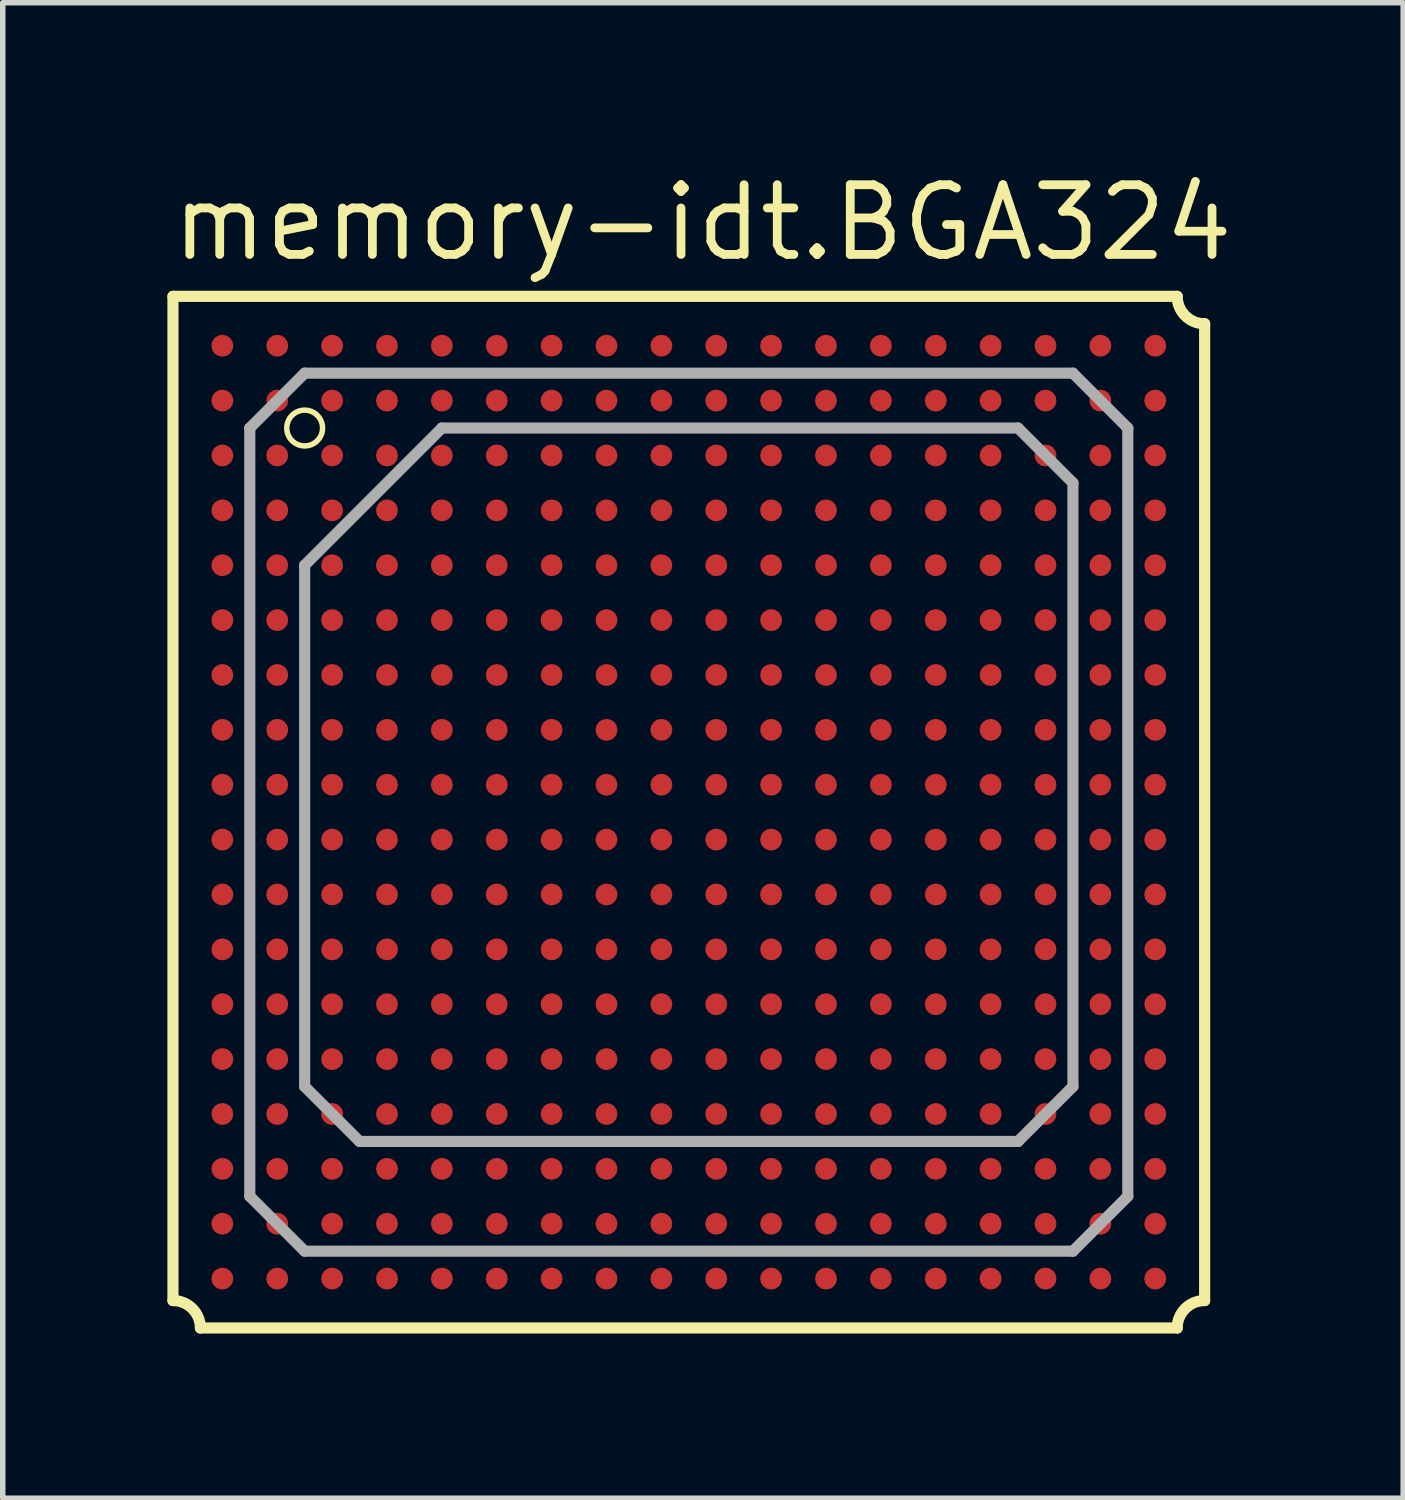
<source format=kicad_pcb>
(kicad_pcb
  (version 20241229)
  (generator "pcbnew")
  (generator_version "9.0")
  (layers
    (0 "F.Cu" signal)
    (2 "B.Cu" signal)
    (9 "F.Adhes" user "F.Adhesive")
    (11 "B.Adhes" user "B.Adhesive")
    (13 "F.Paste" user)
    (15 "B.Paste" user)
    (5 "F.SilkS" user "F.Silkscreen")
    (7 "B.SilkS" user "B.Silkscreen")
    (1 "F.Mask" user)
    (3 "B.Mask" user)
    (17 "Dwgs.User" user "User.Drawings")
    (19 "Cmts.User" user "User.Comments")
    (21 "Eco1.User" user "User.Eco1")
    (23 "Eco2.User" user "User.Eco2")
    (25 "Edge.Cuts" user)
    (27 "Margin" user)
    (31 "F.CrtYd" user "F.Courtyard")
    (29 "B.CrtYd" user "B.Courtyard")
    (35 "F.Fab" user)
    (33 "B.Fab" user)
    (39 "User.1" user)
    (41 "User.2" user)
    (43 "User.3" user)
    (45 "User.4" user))
  (footprint "memory-idt.BGA324"
    (layer "F.Cu")
    (at 9.502 11.75)
    (property "Reference" "memory-idt.BGA324" (at -9.5 -10 0) (layer "F.SilkS") (effects (font (size 1.27 1.27) (thickness 0.16)) (justify left bottom)))
    (attr smd)
    (fp_circle (center -8.5 -8.5) (end -8.3 -8.5) (stroke (width 0.1) (type default)) (fill no) (layer "F.Mask"))
    (fp_circle (center -8.5 -7.5) (end -8.3 -7.5) (stroke (width 0.1) (type default)) (fill no) (layer "F.Mask"))
    (fp_circle (center -8.5 -6.5) (end -8.3 -6.5) (stroke (width 0.1) (type default)) (fill no) (layer "F.Mask"))
    (fp_circle (center -8.5 -5.5) (end -8.3 -5.5) (stroke (width 0.1) (type default)) (fill no) (layer "F.Mask"))
    (fp_circle (center -8.5 -4.5) (end -8.3 -4.5) (stroke (width 0.1) (type default)) (fill no) (layer "F.Mask"))
    (fp_circle (center -8.5 -3.5) (end -8.3 -3.5) (stroke (width 0.1) (type default)) (fill no) (layer "F.Mask"))
    (fp_circle (center -8.5 -2.5) (end -8.3 -2.5) (stroke (width 0.1) (type default)) (fill no) (layer "F.Mask"))
    (fp_circle (center -8.5 -1.5) (end -8.3 -1.5) (stroke (width 0.1) (type default)) (fill no) (layer "F.Mask"))
    (fp_circle (center -8.5 -0.5) (end -8.3 -0.5) (stroke (width 0.1) (type default)) (fill no) (layer "F.Mask"))
    (fp_circle (center -8.5 0.5) (end -8.3 0.5) (stroke (width 0.1) (type default)) (fill no) (layer "F.Mask"))
    (fp_circle (center -8.5 1.5) (end -8.3 1.5) (stroke (width 0.1) (type default)) (fill no) (layer "F.Mask"))
    (fp_circle (center -8.5 2.5) (end -8.3 2.5) (stroke (width 0.1) (type default)) (fill no) (layer "F.Mask"))
    (fp_circle (center -8.5 3.5) (end -8.3 3.5) (stroke (width 0.1) (type default)) (fill no) (layer "F.Mask"))
    (fp_circle (center -8.5 4.5) (end -8.3 4.5) (stroke (width 0.1) (type default)) (fill no) (layer "F.Mask"))
    (fp_circle (center -8.5 5.5) (end -8.3 5.5) (stroke (width 0.1) (type default)) (fill no) (layer "F.Mask"))
    (fp_circle (center -8.5 6.5) (end -8.3 6.5) (stroke (width 0.1) (type default)) (fill no) (layer "F.Mask"))
    (fp_circle (center -8.5 7.5) (end -8.3 7.5) (stroke (width 0.1) (type default)) (fill no) (layer "F.Mask"))
    (fp_circle (center -8.5 8.5) (end -8.3 8.5) (stroke (width 0.1) (type default)) (fill no) (layer "F.Mask"))
    (fp_circle (center -7.5 -8.5) (end -7.3 -8.5) (stroke (width 0.1) (type default)) (fill no) (layer "F.Mask"))
    (fp_circle (center -7.5 -7.5) (end -7.3 -7.5) (stroke (width 0.1) (type default)) (fill no) (layer "F.Mask"))
    (fp_circle (center -7.5 -6.5) (end -7.3 -6.5) (stroke (width 0.1) (type default)) (fill no) (layer "F.Mask"))
    (fp_circle (center -7.5 -5.5) (end -7.3 -5.5) (stroke (width 0.1) (type default)) (fill no) (layer "F.Mask"))
    (fp_circle (center -7.5 -4.5) (end -7.3 -4.5) (stroke (width 0.1) (type default)) (fill no) (layer "F.Mask"))
    (fp_circle (center -7.5 -3.5) (end -7.3 -3.5) (stroke (width 0.1) (type default)) (fill no) (layer "F.Mask"))
    (fp_circle (center -7.5 -2.5) (end -7.3 -2.5) (stroke (width 0.1) (type default)) (fill no) (layer "F.Mask"))
    (fp_circle (center -7.5 -1.5) (end -7.3 -1.5) (stroke (width 0.1) (type default)) (fill no) (layer "F.Mask"))
    (fp_circle (center -7.5 -0.5) (end -7.3 -0.5) (stroke (width 0.1) (type default)) (fill no) (layer "F.Mask"))
    (fp_circle (center -7.5 0.5) (end -7.3 0.5) (stroke (width 0.1) (type default)) (fill no) (layer "F.Mask"))
    (fp_circle (center -7.5 1.5) (end -7.3 1.5) (stroke (width 0.1) (type default)) (fill no) (layer "F.Mask"))
    (fp_circle (center -7.5 2.5) (end -7.3 2.5) (stroke (width 0.1) (type default)) (fill no) (layer "F.Mask"))
    (fp_circle (center -7.5 3.5) (end -7.3 3.5) (stroke (width 0.1) (type default)) (fill no) (layer "F.Mask"))
    (fp_circle (center -7.5 4.5) (end -7.3 4.5) (stroke (width 0.1) (type default)) (fill no) (layer "F.Mask"))
    (fp_circle (center -7.5 5.5) (end -7.3 5.5) (stroke (width 0.1) (type default)) (fill no) (layer "F.Mask"))
    (fp_circle (center -7.5 6.5) (end -7.3 6.5) (stroke (width 0.1) (type default)) (fill no) (layer "F.Mask"))
    (fp_circle (center -7.5 7.5) (end -7.3 7.5) (stroke (width 0.1) (type default)) (fill no) (layer "F.Mask"))
    (fp_circle (center -7.5 8.5) (end -7.3 8.5) (stroke (width 0.1) (type default)) (fill no) (layer "F.Mask"))
    (fp_circle (center -6.5 -8.5) (end -6.3 -8.5) (stroke (width 0.1) (type default)) (fill no) (layer "F.Mask"))
    (fp_circle (center -6.5 -7.5) (end -6.3 -7.5) (stroke (width 0.1) (type default)) (fill no) (layer "F.Mask"))
    (fp_circle (center -6.5 -6.5) (end -6.3 -6.5) (stroke (width 0.1) (type default)) (fill no) (layer "F.Mask"))
    (fp_circle (center -6.5 -5.5) (end -6.3 -5.5) (stroke (width 0.1) (type default)) (fill no) (layer "F.Mask"))
    (fp_circle (center -6.5 -4.5) (end -6.3 -4.5) (stroke (width 0.1) (type default)) (fill no) (layer "F.Mask"))
    (fp_circle (center -6.5 -3.5) (end -6.3 -3.5) (stroke (width 0.1) (type default)) (fill no) (layer "F.Mask"))
    (fp_circle (center -6.5 -2.5) (end -6.3 -2.5) (stroke (width 0.1) (type default)) (fill no) (layer "F.Mask"))
    (fp_circle (center -6.5 -1.5) (end -6.3 -1.5) (stroke (width 0.1) (type default)) (fill no) (layer "F.Mask"))
    (fp_circle (center -6.5 -0.5) (end -6.3 -0.5) (stroke (width 0.1) (type default)) (fill no) (layer "F.Mask"))
    (fp_circle (center -6.5 0.5) (end -6.3 0.5) (stroke (width 0.1) (type default)) (fill no) (layer "F.Mask"))
    (fp_circle (center -6.5 1.5) (end -6.3 1.5) (stroke (width 0.1) (type default)) (fill no) (layer "F.Mask"))
    (fp_circle (center -6.5 2.5) (end -6.3 2.5) (stroke (width 0.1) (type default)) (fill no) (layer "F.Mask"))
    (fp_circle (center -6.5 3.5) (end -6.3 3.5) (stroke (width 0.1) (type default)) (fill no) (layer "F.Mask"))
    (fp_circle (center -6.5 4.5) (end -6.3 4.5) (stroke (width 0.1) (type default)) (fill no) (layer "F.Mask"))
    (fp_circle (center -6.5 5.5) (end -6.3 5.5) (stroke (width 0.1) (type default)) (fill no) (layer "F.Mask"))
    (fp_circle (center -6.5 6.5) (end -6.3 6.5) (stroke (width 0.1) (type default)) (fill no) (layer "F.Mask"))
    (fp_circle (center -6.5 7.5) (end -6.3 7.5) (stroke (width 0.1) (type default)) (fill no) (layer "F.Mask"))
    (fp_circle (center -6.5 8.5) (end -6.3 8.5) (stroke (width 0.1) (type default)) (fill no) (layer "F.Mask"))
    (fp_circle (center -5.5 -8.5) (end -5.3 -8.5) (stroke (width 0.1) (type default)) (fill no) (layer "F.Mask"))
    (fp_circle (center -5.5 -7.5) (end -5.3 -7.5) (stroke (width 0.1) (type default)) (fill no) (layer "F.Mask"))
    (fp_circle (center -5.5 -6.5) (end -5.3 -6.5) (stroke (width 0.1) (type default)) (fill no) (layer "F.Mask"))
    (fp_circle (center -5.5 -5.5) (end -5.3 -5.5) (stroke (width 0.1) (type default)) (fill no) (layer "F.Mask"))
    (fp_circle (center -5.5 -4.5) (end -5.3 -4.5) (stroke (width 0.1) (type default)) (fill no) (layer "F.Mask"))
    (fp_circle (center -5.5 -3.5) (end -5.3 -3.5) (stroke (width 0.1) (type default)) (fill no) (layer "F.Mask"))
    (fp_circle (center -5.5 -2.5) (end -5.3 -2.5) (stroke (width 0.1) (type default)) (fill no) (layer "F.Mask"))
    (fp_circle (center -5.5 -1.5) (end -5.3 -1.5) (stroke (width 0.1) (type default)) (fill no) (layer "F.Mask"))
    (fp_circle (center -5.5 -0.5) (end -5.3 -0.5) (stroke (width 0.1) (type default)) (fill no) (layer "F.Mask"))
    (fp_circle (center -5.5 0.5) (end -5.3 0.5) (stroke (width 0.1) (type default)) (fill no) (layer "F.Mask"))
    (fp_circle (center -5.5 1.5) (end -5.3 1.5) (stroke (width 0.1) (type default)) (fill no) (layer "F.Mask"))
    (fp_circle (center -5.5 2.5) (end -5.3 2.5) (stroke (width 0.1) (type default)) (fill no) (layer "F.Mask"))
    (fp_circle (center -5.5 3.5) (end -5.3 3.5) (stroke (width 0.1) (type default)) (fill no) (layer "F.Mask"))
    (fp_circle (center -5.5 4.5) (end -5.3 4.5) (stroke (width 0.1) (type default)) (fill no) (layer "F.Mask"))
    (fp_circle (center -5.5 5.5) (end -5.3 5.5) (stroke (width 0.1) (type default)) (fill no) (layer "F.Mask"))
    (fp_circle (center -5.5 6.5) (end -5.3 6.5) (stroke (width 0.1) (type default)) (fill no) (layer "F.Mask"))
    (fp_circle (center -5.5 7.5) (end -5.3 7.5) (stroke (width 0.1) (type default)) (fill no) (layer "F.Mask"))
    (fp_circle (center -5.5 8.5) (end -5.3 8.5) (stroke (width 0.1) (type default)) (fill no) (layer "F.Mask"))
    (fp_circle (center -4.5 -8.5) (end -4.3 -8.5) (stroke (width 0.1) (type default)) (fill no) (layer "F.Mask"))
    (fp_circle (center -4.5 -7.5) (end -4.3 -7.5) (stroke (width 0.1) (type default)) (fill no) (layer "F.Mask"))
    (fp_circle (center -4.5 -6.5) (end -4.3 -6.5) (stroke (width 0.1) (type default)) (fill no) (layer "F.Mask"))
    (fp_circle (center -4.5 -5.5) (end -4.3 -5.5) (stroke (width 0.1) (type default)) (fill no) (layer "F.Mask"))
    (fp_circle (center -4.5 -4.5) (end -4.3 -4.5) (stroke (width 0.1) (type default)) (fill no) (layer "F.Mask"))
    (fp_circle (center -4.5 -3.5) (end -4.3 -3.5) (stroke (width 0.1) (type default)) (fill no) (layer "F.Mask"))
    (fp_circle (center -4.5 -2.5) (end -4.3 -2.5) (stroke (width 0.1) (type default)) (fill no) (layer "F.Mask"))
    (fp_circle (center -4.5 -1.5) (end -4.3 -1.5) (stroke (width 0.1) (type default)) (fill no) (layer "F.Mask"))
    (fp_circle (center -4.5 -0.5) (end -4.3 -0.5) (stroke (width 0.1) (type default)) (fill no) (layer "F.Mask"))
    (fp_circle (center -4.5 0.5) (end -4.3 0.5) (stroke (width 0.1) (type default)) (fill no) (layer "F.Mask"))
    (fp_circle (center -4.5 1.5) (end -4.3 1.5) (stroke (width 0.1) (type default)) (fill no) (layer "F.Mask"))
    (fp_circle (center -4.5 2.5) (end -4.3 2.5) (stroke (width 0.1) (type default)) (fill no) (layer "F.Mask"))
    (fp_circle (center -4.5 3.5) (end -4.3 3.5) (stroke (width 0.1) (type default)) (fill no) (layer "F.Mask"))
    (fp_circle (center -4.5 4.5) (end -4.3 4.5) (stroke (width 0.1) (type default)) (fill no) (layer "F.Mask"))
    (fp_circle (center -4.5 5.5) (end -4.3 5.5) (stroke (width 0.1) (type default)) (fill no) (layer "F.Mask"))
    (fp_circle (center -4.5 6.5) (end -4.3 6.5) (stroke (width 0.1) (type default)) (fill no) (layer "F.Mask"))
    (fp_circle (center -4.5 7.5) (end -4.3 7.5) (stroke (width 0.1) (type default)) (fill no) (layer "F.Mask"))
    (fp_circle (center -4.5 8.5) (end -4.3 8.5) (stroke (width 0.1) (type default)) (fill no) (layer "F.Mask"))
    (fp_circle (center -3.5 -8.5) (end -3.3 -8.5) (stroke (width 0.1) (type default)) (fill no) (layer "F.Mask"))
    (fp_circle (center -3.5 -7.5) (end -3.3 -7.5) (stroke (width 0.1) (type default)) (fill no) (layer "F.Mask"))
    (fp_circle (center -3.5 -6.5) (end -3.3 -6.5) (stroke (width 0.1) (type default)) (fill no) (layer "F.Mask"))
    (fp_circle (center -3.5 -5.5) (end -3.3 -5.5) (stroke (width 0.1) (type default)) (fill no) (layer "F.Mask"))
    (fp_circle (center -3.5 -4.5) (end -3.3 -4.5) (stroke (width 0.1) (type default)) (fill no) (layer "F.Mask"))
    (fp_circle (center -3.5 -3.5) (end -3.3 -3.5) (stroke (width 0.1) (type default)) (fill no) (layer "F.Mask"))
    (fp_circle (center -3.5 -2.5) (end -3.3 -2.5) (stroke (width 0.1) (type default)) (fill no) (layer "F.Mask"))
    (fp_circle (center -3.5 -1.5) (end -3.3 -1.5) (stroke (width 0.1) (type default)) (fill no) (layer "F.Mask"))
    (fp_circle (center -3.5 -0.5) (end -3.3 -0.5) (stroke (width 0.1) (type default)) (fill no) (layer "F.Mask"))
    (fp_circle (center -3.5 0.5) (end -3.3 0.5) (stroke (width 0.1) (type default)) (fill no) (layer "F.Mask"))
    (fp_circle (center -3.5 1.5) (end -3.3 1.5) (stroke (width 0.1) (type default)) (fill no) (layer "F.Mask"))
    (fp_circle (center -3.5 2.5) (end -3.3 2.5) (stroke (width 0.1) (type default)) (fill no) (layer "F.Mask"))
    (fp_circle (center -3.5 3.5) (end -3.3 3.5) (stroke (width 0.1) (type default)) (fill no) (layer "F.Mask"))
    (fp_circle (center -3.5 4.5) (end -3.3 4.5) (stroke (width 0.1) (type default)) (fill no) (layer "F.Mask"))
    (fp_circle (center -3.5 5.5) (end -3.3 5.5) (stroke (width 0.1) (type default)) (fill no) (layer "F.Mask"))
    (fp_circle (center -3.5 6.5) (end -3.3 6.5) (stroke (width 0.1) (type default)) (fill no) (layer "F.Mask"))
    (fp_circle (center -3.5 7.5) (end -3.3 7.5) (stroke (width 0.1) (type default)) (fill no) (layer "F.Mask"))
    (fp_circle (center -3.5 8.5) (end -3.3 8.5) (stroke (width 0.1) (type default)) (fill no) (layer "F.Mask"))
    (fp_circle (center -2.5 -8.5) (end -2.3 -8.5) (stroke (width 0.1) (type default)) (fill no) (layer "F.Mask"))
    (fp_circle (center -2.5 -7.5) (end -2.3 -7.5) (stroke (width 0.1) (type default)) (fill no) (layer "F.Mask"))
    (fp_circle (center -2.5 -6.5) (end -2.3 -6.5) (stroke (width 0.1) (type default)) (fill no) (layer "F.Mask"))
    (fp_circle (center -2.5 -5.5) (end -2.3 -5.5) (stroke (width 0.1) (type default)) (fill no) (layer "F.Mask"))
    (fp_circle (center -2.5 -4.5) (end -2.3 -4.5) (stroke (width 0.1) (type default)) (fill no) (layer "F.Mask"))
    (fp_circle (center -2.5 -3.5) (end -2.3 -3.5) (stroke (width 0.1) (type default)) (fill no) (layer "F.Mask"))
    (fp_circle (center -2.5 -2.5) (end -2.3 -2.5) (stroke (width 0.1) (type default)) (fill no) (layer "F.Mask"))
    (fp_circle (center -2.5 -1.5) (end -2.3 -1.5) (stroke (width 0.1) (type default)) (fill no) (layer "F.Mask"))
    (fp_circle (center -2.5 -0.5) (end -2.3 -0.5) (stroke (width 0.1) (type default)) (fill no) (layer "F.Mask"))
    (fp_circle (center -2.5 0.5) (end -2.3 0.5) (stroke (width 0.1) (type default)) (fill no) (layer "F.Mask"))
    (fp_circle (center -2.5 1.5) (end -2.3 1.5) (stroke (width 0.1) (type default)) (fill no) (layer "F.Mask"))
    (fp_circle (center -2.5 2.5) (end -2.3 2.5) (stroke (width 0.1) (type default)) (fill no) (layer "F.Mask"))
    (fp_circle (center -2.5 3.5) (end -2.3 3.5) (stroke (width 0.1) (type default)) (fill no) (layer "F.Mask"))
    (fp_circle (center -2.5 4.5) (end -2.3 4.5) (stroke (width 0.1) (type default)) (fill no) (layer "F.Mask"))
    (fp_circle (center -2.5 5.5) (end -2.3 5.5) (stroke (width 0.1) (type default)) (fill no) (layer "F.Mask"))
    (fp_circle (center -2.5 6.5) (end -2.3 6.5) (stroke (width 0.1) (type default)) (fill no) (layer "F.Mask"))
    (fp_circle (center -2.5 7.5) (end -2.3 7.5) (stroke (width 0.1) (type default)) (fill no) (layer "F.Mask"))
    (fp_circle (center -2.5 8.5) (end -2.3 8.5) (stroke (width 0.1) (type default)) (fill no) (layer "F.Mask"))
    (fp_circle (center -1.5 -8.5) (end -1.3 -8.5) (stroke (width 0.1) (type default)) (fill no) (layer "F.Mask"))
    (fp_circle (center -1.5 -7.5) (end -1.3 -7.5) (stroke (width 0.1) (type default)) (fill no) (layer "F.Mask"))
    (fp_circle (center -1.5 -6.5) (end -1.3 -6.5) (stroke (width 0.1) (type default)) (fill no) (layer "F.Mask"))
    (fp_circle (center -1.5 -5.5) (end -1.3 -5.5) (stroke (width 0.1) (type default)) (fill no) (layer "F.Mask"))
    (fp_circle (center -1.5 -4.5) (end -1.3 -4.5) (stroke (width 0.1) (type default)) (fill no) (layer "F.Mask"))
    (fp_circle (center -1.5 -3.5) (end -1.3 -3.5) (stroke (width 0.1) (type default)) (fill no) (layer "F.Mask"))
    (fp_circle (center -1.5 -2.5) (end -1.3 -2.5) (stroke (width 0.1) (type default)) (fill no) (layer "F.Mask"))
    (fp_circle (center -1.5 -1.5) (end -1.3 -1.5) (stroke (width 0.1) (type default)) (fill no) (layer "F.Mask"))
    (fp_circle (center -1.5 -0.5) (end -1.3 -0.5) (stroke (width 0.1) (type default)) (fill no) (layer "F.Mask"))
    (fp_circle (center -1.5 0.5) (end -1.3 0.5) (stroke (width 0.1) (type default)) (fill no) (layer "F.Mask"))
    (fp_circle (center -1.5 1.5) (end -1.3 1.5) (stroke (width 0.1) (type default)) (fill no) (layer "F.Mask"))
    (fp_circle (center -1.5 2.5) (end -1.3 2.5) (stroke (width 0.1) (type default)) (fill no) (layer "F.Mask"))
    (fp_circle (center -1.5 3.5) (end -1.3 3.5) (stroke (width 0.1) (type default)) (fill no) (layer "F.Mask"))
    (fp_circle (center -1.5 4.5) (end -1.3 4.5) (stroke (width 0.1) (type default)) (fill no) (layer "F.Mask"))
    (fp_circle (center -1.5 5.5) (end -1.3 5.5) (stroke (width 0.1) (type default)) (fill no) (layer "F.Mask"))
    (fp_circle (center -1.5 6.5) (end -1.3 6.5) (stroke (width 0.1) (type default)) (fill no) (layer "F.Mask"))
    (fp_circle (center -1.5 7.5) (end -1.3 7.5) (stroke (width 0.1) (type default)) (fill no) (layer "F.Mask"))
    (fp_circle (center -1.5 8.5) (end -1.3 8.5) (stroke (width 0.1) (type default)) (fill no) (layer "F.Mask"))
    (fp_circle (center -0.5 -8.5) (end -0.3 -8.5) (stroke (width 0.1) (type default)) (fill no) (layer "F.Mask"))
    (fp_circle (center -0.5 -7.5) (end -0.3 -7.5) (stroke (width 0.1) (type default)) (fill no) (layer "F.Mask"))
    (fp_circle (center -0.5 -6.5) (end -0.3 -6.5) (stroke (width 0.1) (type default)) (fill no) (layer "F.Mask"))
    (fp_circle (center -0.5 -5.5) (end -0.3 -5.5) (stroke (width 0.1) (type default)) (fill no) (layer "F.Mask"))
    (fp_circle (center -0.5 -4.5) (end -0.3 -4.5) (stroke (width 0.1) (type default)) (fill no) (layer "F.Mask"))
    (fp_circle (center -0.5 -3.5) (end -0.3 -3.5) (stroke (width 0.1) (type default)) (fill no) (layer "F.Mask"))
    (fp_circle (center -0.5 -2.5) (end -0.3 -2.5) (stroke (width 0.1) (type default)) (fill no) (layer "F.Mask"))
    (fp_circle (center -0.5 -1.5) (end -0.3 -1.5) (stroke (width 0.1) (type default)) (fill no) (layer "F.Mask"))
    (fp_circle (center -0.5 -0.5) (end -0.3 -0.5) (stroke (width 0.1) (type default)) (fill no) (layer "F.Mask"))
    (fp_circle (center -0.5 0.5) (end -0.3 0.5) (stroke (width 0.1) (type default)) (fill no) (layer "F.Mask"))
    (fp_circle (center -0.5 1.5) (end -0.3 1.5) (stroke (width 0.1) (type default)) (fill no) (layer "F.Mask"))
    (fp_circle (center -0.5 2.5) (end -0.3 2.5) (stroke (width 0.1) (type default)) (fill no) (layer "F.Mask"))
    (fp_circle (center -0.5 3.5) (end -0.3 3.5) (stroke (width 0.1) (type default)) (fill no) (layer "F.Mask"))
    (fp_circle (center -0.5 4.5) (end -0.3 4.5) (stroke (width 0.1) (type default)) (fill no) (layer "F.Mask"))
    (fp_circle (center -0.5 5.5) (end -0.3 5.5) (stroke (width 0.1) (type default)) (fill no) (layer "F.Mask"))
    (fp_circle (center -0.5 6.5) (end -0.3 6.5) (stroke (width 0.1) (type default)) (fill no) (layer "F.Mask"))
    (fp_circle (center -0.5 7.5) (end -0.3 7.5) (stroke (width 0.1) (type default)) (fill no) (layer "F.Mask"))
    (fp_circle (center -0.5 8.5) (end -0.3 8.5) (stroke (width 0.1) (type default)) (fill no) (layer "F.Mask"))
    (fp_circle (center 0.5 -8.5) (end 0.7 -8.5) (stroke (width 0.1) (type default)) (fill no) (layer "F.Mask"))
    (fp_circle (center 0.5 -7.5) (end 0.7 -7.5) (stroke (width 0.1) (type default)) (fill no) (layer "F.Mask"))
    (fp_circle (center 0.5 -6.5) (end 0.7 -6.5) (stroke (width 0.1) (type default)) (fill no) (layer "F.Mask"))
    (fp_circle (center 0.5 -5.5) (end 0.7 -5.5) (stroke (width 0.1) (type default)) (fill no) (layer "F.Mask"))
    (fp_circle (center 0.5 -4.5) (end 0.7 -4.5) (stroke (width 0.1) (type default)) (fill no) (layer "F.Mask"))
    (fp_circle (center 0.5 -3.5) (end 0.7 -3.5) (stroke (width 0.1) (type default)) (fill no) (layer "F.Mask"))
    (fp_circle (center 0.5 -2.5) (end 0.7 -2.5) (stroke (width 0.1) (type default)) (fill no) (layer "F.Mask"))
    (fp_circle (center 0.5 -1.5) (end 0.7 -1.5) (stroke (width 0.1) (type default)) (fill no) (layer "F.Mask"))
    (fp_circle (center 0.5 -0.5) (end 0.7 -0.5) (stroke (width 0.1) (type default)) (fill no) (layer "F.Mask"))
    (fp_circle (center 0.5 0.5) (end 0.7 0.5) (stroke (width 0.1) (type default)) (fill no) (layer "F.Mask"))
    (fp_circle (center 0.5 1.5) (end 0.7 1.5) (stroke (width 0.1) (type default)) (fill no) (layer "F.Mask"))
    (fp_circle (center 0.5 2.5) (end 0.7 2.5) (stroke (width 0.1) (type default)) (fill no) (layer "F.Mask"))
    (fp_circle (center 0.5 3.5) (end 0.7 3.5) (stroke (width 0.1) (type default)) (fill no) (layer "F.Mask"))
    (fp_circle (center 0.5 4.5) (end 0.7 4.5) (stroke (width 0.1) (type default)) (fill no) (layer "F.Mask"))
    (fp_circle (center 0.5 5.5) (end 0.7 5.5) (stroke (width 0.1) (type default)) (fill no) (layer "F.Mask"))
    (fp_circle (center 0.5 6.5) (end 0.7 6.5) (stroke (width 0.1) (type default)) (fill no) (layer "F.Mask"))
    (fp_circle (center 0.5 7.5) (end 0.7 7.5) (stroke (width 0.1) (type default)) (fill no) (layer "F.Mask"))
    (fp_circle (center 0.5 8.5) (end 0.7 8.5) (stroke (width 0.1) (type default)) (fill no) (layer "F.Mask"))
    (fp_circle (center 1.5 -8.5) (end 1.7 -8.5) (stroke (width 0.1) (type default)) (fill no) (layer "F.Mask"))
    (fp_circle (center 1.5 -7.5) (end 1.7 -7.5) (stroke (width 0.1) (type default)) (fill no) (layer "F.Mask"))
    (fp_circle (center 1.5 -6.5) (end 1.7 -6.5) (stroke (width 0.1) (type default)) (fill no) (layer "F.Mask"))
    (fp_circle (center 1.5 -5.5) (end 1.7 -5.5) (stroke (width 0.1) (type default)) (fill no) (layer "F.Mask"))
    (fp_circle (center 1.5 -4.5) (end 1.7 -4.5) (stroke (width 0.1) (type default)) (fill no) (layer "F.Mask"))
    (fp_circle (center 1.5 -3.5) (end 1.7 -3.5) (stroke (width 0.1) (type default)) (fill no) (layer "F.Mask"))
    (fp_circle (center 1.5 -2.5) (end 1.7 -2.5) (stroke (width 0.1) (type default)) (fill no) (layer "F.Mask"))
    (fp_circle (center 1.5 -1.5) (end 1.7 -1.5) (stroke (width 0.1) (type default)) (fill no) (layer "F.Mask"))
    (fp_circle (center 1.5 -0.5) (end 1.7 -0.5) (stroke (width 0.1) (type default)) (fill no) (layer "F.Mask"))
    (fp_circle (center 1.5 0.5) (end 1.7 0.5) (stroke (width 0.1) (type default)) (fill no) (layer "F.Mask"))
    (fp_circle (center 1.5 1.5) (end 1.7 1.5) (stroke (width 0.1) (type default)) (fill no) (layer "F.Mask"))
    (fp_circle (center 1.5 2.5) (end 1.7 2.5) (stroke (width 0.1) (type default)) (fill no) (layer "F.Mask"))
    (fp_circle (center 1.5 3.5) (end 1.7 3.5) (stroke (width 0.1) (type default)) (fill no) (layer "F.Mask"))
    (fp_circle (center 1.5 4.5) (end 1.7 4.5) (stroke (width 0.1) (type default)) (fill no) (layer "F.Mask"))
    (fp_circle (center 1.5 5.5) (end 1.7 5.5) (stroke (width 0.1) (type default)) (fill no) (layer "F.Mask"))
    (fp_circle (center 1.5 6.5) (end 1.7 6.5) (stroke (width 0.1) (type default)) (fill no) (layer "F.Mask"))
    (fp_circle (center 1.5 7.5) (end 1.7 7.5) (stroke (width 0.1) (type default)) (fill no) (layer "F.Mask"))
    (fp_circle (center 1.5 8.5) (end 1.7 8.5) (stroke (width 0.1) (type default)) (fill no) (layer "F.Mask"))
    (fp_circle (center 2.5 -8.5) (end 2.7 -8.5) (stroke (width 0.1) (type default)) (fill no) (layer "F.Mask"))
    (fp_circle (center 2.5 -7.5) (end 2.7 -7.5) (stroke (width 0.1) (type default)) (fill no) (layer "F.Mask"))
    (fp_circle (center 2.5 -6.5) (end 2.7 -6.5) (stroke (width 0.1) (type default)) (fill no) (layer "F.Mask"))
    (fp_circle (center 2.5 -5.5) (end 2.7 -5.5) (stroke (width 0.1) (type default)) (fill no) (layer "F.Mask"))
    (fp_circle (center 2.5 -4.5) (end 2.7 -4.5) (stroke (width 0.1) (type default)) (fill no) (layer "F.Mask"))
    (fp_circle (center 2.5 -3.5) (end 2.7 -3.5) (stroke (width 0.1) (type default)) (fill no) (layer "F.Mask"))
    (fp_circle (center 2.5 -2.5) (end 2.7 -2.5) (stroke (width 0.1) (type default)) (fill no) (layer "F.Mask"))
    (fp_circle (center 2.5 -1.5) (end 2.7 -1.5) (stroke (width 0.1) (type default)) (fill no) (layer "F.Mask"))
    (fp_circle (center 2.5 -0.5) (end 2.7 -0.5) (stroke (width 0.1) (type default)) (fill no) (layer "F.Mask"))
    (fp_circle (center 2.5 0.5) (end 2.7 0.5) (stroke (width 0.1) (type default)) (fill no) (layer "F.Mask"))
    (fp_circle (center 2.5 1.5) (end 2.7 1.5) (stroke (width 0.1) (type default)) (fill no) (layer "F.Mask"))
    (fp_circle (center 2.5 2.5) (end 2.7 2.5) (stroke (width 0.1) (type default)) (fill no) (layer "F.Mask"))
    (fp_circle (center 2.5 3.5) (end 2.7 3.5) (stroke (width 0.1) (type default)) (fill no) (layer "F.Mask"))
    (fp_circle (center 2.5 4.5) (end 2.7 4.5) (stroke (width 0.1) (type default)) (fill no) (layer "F.Mask"))
    (fp_circle (center 2.5 5.5) (end 2.7 5.5) (stroke (width 0.1) (type default)) (fill no) (layer "F.Mask"))
    (fp_circle (center 2.5 6.5) (end 2.7 6.5) (stroke (width 0.1) (type default)) (fill no) (layer "F.Mask"))
    (fp_circle (center 2.5 7.5) (end 2.7 7.5) (stroke (width 0.1) (type default)) (fill no) (layer "F.Mask"))
    (fp_circle (center 2.5 8.5) (end 2.7 8.5) (stroke (width 0.1) (type default)) (fill no) (layer "F.Mask"))
    (fp_circle (center 3.5 -8.5) (end 3.7 -8.5) (stroke (width 0.1) (type default)) (fill no) (layer "F.Mask"))
    (fp_circle (center 3.5 -7.5) (end 3.7 -7.5) (stroke (width 0.1) (type default)) (fill no) (layer "F.Mask"))
    (fp_circle (center 3.5 -6.5) (end 3.7 -6.5) (stroke (width 0.1) (type default)) (fill no) (layer "F.Mask"))
    (fp_circle (center 3.5 -5.5) (end 3.7 -5.5) (stroke (width 0.1) (type default)) (fill no) (layer "F.Mask"))
    (fp_circle (center 3.5 -4.5) (end 3.7 -4.5) (stroke (width 0.1) (type default)) (fill no) (layer "F.Mask"))
    (fp_circle (center 3.5 -3.5) (end 3.7 -3.5) (stroke (width 0.1) (type default)) (fill no) (layer "F.Mask"))
    (fp_circle (center 3.5 -2.5) (end 3.7 -2.5) (stroke (width 0.1) (type default)) (fill no) (layer "F.Mask"))
    (fp_circle (center 3.5 -1.5) (end 3.7 -1.5) (stroke (width 0.1) (type default)) (fill no) (layer "F.Mask"))
    (fp_circle (center 3.5 -0.5) (end 3.7 -0.5) (stroke (width 0.1) (type default)) (fill no) (layer "F.Mask"))
    (fp_circle (center 3.5 0.5) (end 3.7 0.5) (stroke (width 0.1) (type default)) (fill no) (layer "F.Mask"))
    (fp_circle (center 3.5 1.5) (end 3.7 1.5) (stroke (width 0.1) (type default)) (fill no) (layer "F.Mask"))
    (fp_circle (center 3.5 2.5) (end 3.7 2.5) (stroke (width 0.1) (type default)) (fill no) (layer "F.Mask"))
    (fp_circle (center 3.5 3.5) (end 3.7 3.5) (stroke (width 0.1) (type default)) (fill no) (layer "F.Mask"))
    (fp_circle (center 3.5 4.5) (end 3.7 4.5) (stroke (width 0.1) (type default)) (fill no) (layer "F.Mask"))
    (fp_circle (center 3.5 5.5) (end 3.7 5.5) (stroke (width 0.1) (type default)) (fill no) (layer "F.Mask"))
    (fp_circle (center 3.5 6.5) (end 3.7 6.5) (stroke (width 0.1) (type default)) (fill no) (layer "F.Mask"))
    (fp_circle (center 3.5 7.5) (end 3.7 7.5) (stroke (width 0.1) (type default)) (fill no) (layer "F.Mask"))
    (fp_circle (center 3.5 8.5) (end 3.7 8.5) (stroke (width 0.1) (type default)) (fill no) (layer "F.Mask"))
    (fp_circle (center 4.5 -8.5) (end 4.7 -8.5) (stroke (width 0.1) (type default)) (fill no) (layer "F.Mask"))
    (fp_circle (center 4.5 -7.5) (end 4.7 -7.5) (stroke (width 0.1) (type default)) (fill no) (layer "F.Mask"))
    (fp_circle (center 4.5 -6.5) (end 4.7 -6.5) (stroke (width 0.1) (type default)) (fill no) (layer "F.Mask"))
    (fp_circle (center 4.5 -5.5) (end 4.7 -5.5) (stroke (width 0.1) (type default)) (fill no) (layer "F.Mask"))
    (fp_circle (center 4.5 -4.5) (end 4.7 -4.5) (stroke (width 0.1) (type default)) (fill no) (layer "F.Mask"))
    (fp_circle (center 4.5 -3.5) (end 4.7 -3.5) (stroke (width 0.1) (type default)) (fill no) (layer "F.Mask"))
    (fp_circle (center 4.5 -2.5) (end 4.7 -2.5) (stroke (width 0.1) (type default)) (fill no) (layer "F.Mask"))
    (fp_circle (center 4.5 -1.5) (end 4.7 -1.5) (stroke (width 0.1) (type default)) (fill no) (layer "F.Mask"))
    (fp_circle (center 4.5 -0.5) (end 4.7 -0.5) (stroke (width 0.1) (type default)) (fill no) (layer "F.Mask"))
    (fp_circle (center 4.5 0.5) (end 4.7 0.5) (stroke (width 0.1) (type default)) (fill no) (layer "F.Mask"))
    (fp_circle (center 4.5 1.5) (end 4.7 1.5) (stroke (width 0.1) (type default)) (fill no) (layer "F.Mask"))
    (fp_circle (center 4.5 2.5) (end 4.7 2.5) (stroke (width 0.1) (type default)) (fill no) (layer "F.Mask"))
    (fp_circle (center 4.5 3.5) (end 4.7 3.5) (stroke (width 0.1) (type default)) (fill no) (layer "F.Mask"))
    (fp_circle (center 4.5 4.5) (end 4.7 4.5) (stroke (width 0.1) (type default)) (fill no) (layer "F.Mask"))
    (fp_circle (center 4.5 5.5) (end 4.7 5.5) (stroke (width 0.1) (type default)) (fill no) (layer "F.Mask"))
    (fp_circle (center 4.5 6.5) (end 4.7 6.5) (stroke (width 0.1) (type default)) (fill no) (layer "F.Mask"))
    (fp_circle (center 4.5 7.5) (end 4.7 7.5) (stroke (width 0.1) (type default)) (fill no) (layer "F.Mask"))
    (fp_circle (center 4.5 8.5) (end 4.7 8.5) (stroke (width 0.1) (type default)) (fill no) (layer "F.Mask"))
    (fp_circle (center 5.5 -8.5) (end 5.7 -8.5) (stroke (width 0.1) (type default)) (fill no) (layer "F.Mask"))
    (fp_circle (center 5.5 -7.5) (end 5.7 -7.5) (stroke (width 0.1) (type default)) (fill no) (layer "F.Mask"))
    (fp_circle (center 5.5 -6.5) (end 5.7 -6.5) (stroke (width 0.1) (type default)) (fill no) (layer "F.Mask"))
    (fp_circle (center 5.5 -5.5) (end 5.7 -5.5) (stroke (width 0.1) (type default)) (fill no) (layer "F.Mask"))
    (fp_circle (center 5.5 -4.5) (end 5.7 -4.5) (stroke (width 0.1) (type default)) (fill no) (layer "F.Mask"))
    (fp_circle (center 5.5 -3.5) (end 5.7 -3.5) (stroke (width 0.1) (type default)) (fill no) (layer "F.Mask"))
    (fp_circle (center 5.5 -2.5) (end 5.7 -2.5) (stroke (width 0.1) (type default)) (fill no) (layer "F.Mask"))
    (fp_circle (center 5.5 -1.5) (end 5.7 -1.5) (stroke (width 0.1) (type default)) (fill no) (layer "F.Mask"))
    (fp_circle (center 5.5 -0.5) (end 5.7 -0.5) (stroke (width 0.1) (type default)) (fill no) (layer "F.Mask"))
    (fp_circle (center 5.5 0.5) (end 5.7 0.5) (stroke (width 0.1) (type default)) (fill no) (layer "F.Mask"))
    (fp_circle (center 5.5 1.5) (end 5.7 1.5) (stroke (width 0.1) (type default)) (fill no) (layer "F.Mask"))
    (fp_circle (center 5.5 2.5) (end 5.7 2.5) (stroke (width 0.1) (type default)) (fill no) (layer "F.Mask"))
    (fp_circle (center 5.5 3.5) (end 5.7 3.5) (stroke (width 0.1) (type default)) (fill no) (layer "F.Mask"))
    (fp_circle (center 5.5 4.5) (end 5.7 4.5) (stroke (width 0.1) (type default)) (fill no) (layer "F.Mask"))
    (fp_circle (center 5.5 5.5) (end 5.7 5.5) (stroke (width 0.1) (type default)) (fill no) (layer "F.Mask"))
    (fp_circle (center 5.5 6.5) (end 5.7 6.5) (stroke (width 0.1) (type default)) (fill no) (layer "F.Mask"))
    (fp_circle (center 5.5 7.5) (end 5.7 7.5) (stroke (width 0.1) (type default)) (fill no) (layer "F.Mask"))
    (fp_circle (center 5.5 8.5) (end 5.7 8.5) (stroke (width 0.1) (type default)) (fill no) (layer "F.Mask"))
    (fp_circle (center 6.5 -8.5) (end 6.7 -8.5) (stroke (width 0.1) (type default)) (fill no) (layer "F.Mask"))
    (fp_circle (center 6.5 -7.5) (end 6.7 -7.5) (stroke (width 0.1) (type default)) (fill no) (layer "F.Mask"))
    (fp_circle (center 6.5 -6.5) (end 6.7 -6.5) (stroke (width 0.1) (type default)) (fill no) (layer "F.Mask"))
    (fp_circle (center 6.5 -5.5) (end 6.7 -5.5) (stroke (width 0.1) (type default)) (fill no) (layer "F.Mask"))
    (fp_circle (center 6.5 -4.5) (end 6.7 -4.5) (stroke (width 0.1) (type default)) (fill no) (layer "F.Mask"))
    (fp_circle (center 6.5 -3.5) (end 6.7 -3.5) (stroke (width 0.1) (type default)) (fill no) (layer "F.Mask"))
    (fp_circle (center 6.5 -2.5) (end 6.7 -2.5) (stroke (width 0.1) (type default)) (fill no) (layer "F.Mask"))
    (fp_circle (center 6.5 -1.5) (end 6.7 -1.5) (stroke (width 0.1) (type default)) (fill no) (layer "F.Mask"))
    (fp_circle (center 6.5 -0.5) (end 6.7 -0.5) (stroke (width 0.1) (type default)) (fill no) (layer "F.Mask"))
    (fp_circle (center 6.5 0.5) (end 6.7 0.5) (stroke (width 0.1) (type default)) (fill no) (layer "F.Mask"))
    (fp_circle (center 6.5 1.5) (end 6.7 1.5) (stroke (width 0.1) (type default)) (fill no) (layer "F.Mask"))
    (fp_circle (center 6.5 2.5) (end 6.7 2.5) (stroke (width 0.1) (type default)) (fill no) (layer "F.Mask"))
    (fp_circle (center 6.5 3.5) (end 6.7 3.5) (stroke (width 0.1) (type default)) (fill no) (layer "F.Mask"))
    (fp_circle (center 6.5 4.5) (end 6.7 4.5) (stroke (width 0.1) (type default)) (fill no) (layer "F.Mask"))
    (fp_circle (center 6.5 5.5) (end 6.7 5.5) (stroke (width 0.1) (type default)) (fill no) (layer "F.Mask"))
    (fp_circle (center 6.5 6.5) (end 6.7 6.5) (stroke (width 0.1) (type default)) (fill no) (layer "F.Mask"))
    (fp_circle (center 6.5 7.5) (end 6.7 7.5) (stroke (width 0.1) (type default)) (fill no) (layer "F.Mask"))
    (fp_circle (center 6.5 8.5) (end 6.7 8.5) (stroke (width 0.1) (type default)) (fill no) (layer "F.Mask"))
    (fp_circle (center 7.5 -8.5) (end 7.7 -8.5) (stroke (width 0.1) (type default)) (fill no) (layer "F.Mask"))
    (fp_circle (center 7.5 -7.5) (end 7.7 -7.5) (stroke (width 0.1) (type default)) (fill no) (layer "F.Mask"))
    (fp_circle (center 7.5 -6.5) (end 7.7 -6.5) (stroke (width 0.1) (type default)) (fill no) (layer "F.Mask"))
    (fp_circle (center 7.5 -5.5) (end 7.7 -5.5) (stroke (width 0.1) (type default)) (fill no) (layer "F.Mask"))
    (fp_circle (center 7.5 -4.5) (end 7.7 -4.5) (stroke (width 0.1) (type default)) (fill no) (layer "F.Mask"))
    (fp_circle (center 7.5 -3.5) (end 7.7 -3.5) (stroke (width 0.1) (type default)) (fill no) (layer "F.Mask"))
    (fp_circle (center 7.5 -2.5) (end 7.7 -2.5) (stroke (width 0.1) (type default)) (fill no) (layer "F.Mask"))
    (fp_circle (center 7.5 -1.5) (end 7.7 -1.5) (stroke (width 0.1) (type default)) (fill no) (layer "F.Mask"))
    (fp_circle (center 7.5 -0.5) (end 7.7 -0.5) (stroke (width 0.1) (type default)) (fill no) (layer "F.Mask"))
    (fp_circle (center 7.5 0.5) (end 7.7 0.5) (stroke (width 0.1) (type default)) (fill no) (layer "F.Mask"))
    (fp_circle (center 7.5 1.5) (end 7.7 1.5) (stroke (width 0.1) (type default)) (fill no) (layer "F.Mask"))
    (fp_circle (center 7.5 2.5) (end 7.7 2.5) (stroke (width 0.1) (type default)) (fill no) (layer "F.Mask"))
    (fp_circle (center 7.5 3.5) (end 7.7 3.5) (stroke (width 0.1) (type default)) (fill no) (layer "F.Mask"))
    (fp_circle (center 7.5 4.5) (end 7.7 4.5) (stroke (width 0.1) (type default)) (fill no) (layer "F.Mask"))
    (fp_circle (center 7.5 5.5) (end 7.7 5.5) (stroke (width 0.1) (type default)) (fill no) (layer "F.Mask"))
    (fp_circle (center 7.5 6.5) (end 7.7 6.5) (stroke (width 0.1) (type default)) (fill no) (layer "F.Mask"))
    (fp_circle (center 7.5 7.5) (end 7.7 7.5) (stroke (width 0.1) (type default)) (fill no) (layer "F.Mask"))
    (fp_circle (center 7.5 8.5) (end 7.7 8.5) (stroke (width 0.1) (type default)) (fill no) (layer "F.Mask"))
    (fp_circle (center 8.5 -8.5) (end 8.7 -8.5) (stroke (width 0.1) (type default)) (fill no) (layer "F.Mask"))
    (fp_circle (center 8.5 -7.5) (end 8.7 -7.5) (stroke (width 0.1) (type default)) (fill no) (layer "F.Mask"))
    (fp_circle (center 8.5 -6.5) (end 8.7 -6.5) (stroke (width 0.1) (type default)) (fill no) (layer "F.Mask"))
    (fp_circle (center 8.5 -5.5) (end 8.7 -5.5) (stroke (width 0.1) (type default)) (fill no) (layer "F.Mask"))
    (fp_circle (center 8.5 -4.5) (end 8.7 -4.5) (stroke (width 0.1) (type default)) (fill no) (layer "F.Mask"))
    (fp_circle (center 8.5 -3.5) (end 8.7 -3.5) (stroke (width 0.1) (type default)) (fill no) (layer "F.Mask"))
    (fp_circle (center 8.5 -2.5) (end 8.7 -2.5) (stroke (width 0.1) (type default)) (fill no) (layer "F.Mask"))
    (fp_circle (center 8.5 -1.5) (end 8.7 -1.5) (stroke (width 0.1) (type default)) (fill no) (layer "F.Mask"))
    (fp_circle (center 8.5 -0.5) (end 8.7 -0.5) (stroke (width 0.1) (type default)) (fill no) (layer "F.Mask"))
    (fp_circle (center 8.5 0.5) (end 8.7 0.5) (stroke (width 0.1) (type default)) (fill no) (layer "F.Mask"))
    (fp_circle (center 8.5 1.5) (end 8.7 1.5) (stroke (width 0.1) (type default)) (fill no) (layer "F.Mask"))
    (fp_circle (center 8.5 2.5) (end 8.7 2.5) (stroke (width 0.1) (type default)) (fill no) (layer "F.Mask"))
    (fp_circle (center 8.5 3.5) (end 8.7 3.5) (stroke (width 0.1) (type default)) (fill no) (layer "F.Mask"))
    (fp_circle (center 8.5 4.5) (end 8.7 4.5) (stroke (width 0.1) (type default)) (fill no) (layer "F.Mask"))
    (fp_circle (center 8.5 5.5) (end 8.7 5.5) (stroke (width 0.1) (type default)) (fill no) (layer "F.Mask"))
    (fp_circle (center 8.5 6.5) (end 8.7 6.5) (stroke (width 0.1) (type default)) (fill no) (layer "F.Mask"))
    (fp_circle (center 8.5 7.5) (end 8.7 7.5) (stroke (width 0.1) (type default)) (fill no) (layer "F.Mask"))
    (fp_circle (center 8.5 8.5) (end 8.7 8.5) (stroke (width 0.1) (type default)) (fill no) (layer "F.Mask"))
    (fp_line (start -9.4 -9.4) (end 8.9 -9.4) (stroke (width 0.203) (type default)) (layer "F.SilkS"))
    (fp_line (start -9.4 8.9) (end -9.4 -9.4) (stroke (width 0.203) (type default)) (layer "F.SilkS"))
    (fp_line (start 8.9 9.4) (end -8.9 9.4) (stroke (width 0.203) (type default)) (layer "F.SilkS"))
    (fp_line (start 9.4 -8.9) (end 9.4 8.9) (stroke (width 0.203) (type default)) (layer "F.SilkS"))
    (fp_arc (start -9.4 8.9) (mid -9.046447 9.046447) (end -8.9 9.4) (stroke (width 0.2032) (type default)) (layer "F.SilkS"))
    (fp_arc (start 8.9 9.4) (mid 9.046447 9.046447) (end 9.4 8.9) (stroke (width 0.2032) (type default)) (layer "F.SilkS"))
    (fp_arc (start 9.4 -8.9) (mid 9.046447 -9.046447) (end 8.9 -9.4) (stroke (width 0.2032) (type default)) (layer "F.SilkS"))
    (fp_circle (center -7 -7) (end -6.674 -7) (stroke (width 0.1) (type default)) (fill no) (layer "F.SilkS"))
    (fp_line (start -8 -7) (end -8 7) (stroke (width 0.203) (type default)) (layer "F.Fab"))
    (fp_line (start -8 7) (end -7 8) (stroke (width 0.203) (type default)) (layer "F.Fab"))
    (fp_line (start -7 -8) (end -8 -7) (stroke (width 0.203) (type default)) (layer "F.Fab"))
    (fp_line (start -7 -4.5) (end -4.5 -7) (stroke (width 0.203) (type default)) (layer "F.Fab"))
    (fp_line (start -7 5) (end -7 -4.5) (stroke (width 0.203) (type default)) (layer "F.Fab"))
    (fp_line (start -7 8) (end 7 8) (stroke (width 0.203) (type default)) (layer "F.Fab"))
    (fp_line (start -6 6) (end -7 5) (stroke (width 0.203) (type default)) (layer "F.Fab"))
    (fp_line (start -4.5 -7) (end 6 -7) (stroke (width 0.203) (type default)) (layer "F.Fab"))
    (fp_line (start 6 -7) (end 7 -6) (stroke (width 0.203) (type default)) (layer "F.Fab"))
    (fp_line (start 6 6) (end -6 6) (stroke (width 0.203) (type default)) (layer "F.Fab"))
    (fp_line (start 7 -8) (end -7 -8) (stroke (width 0.203) (type default)) (layer "F.Fab"))
    (fp_line (start 7 -6) (end 7 5) (stroke (width 0.203) (type default)) (layer "F.Fab"))
    (fp_line (start 7 5) (end 6 6) (stroke (width 0.203) (type default)) (layer "F.Fab"))
    (fp_line (start 7 8) (end 8 7) (stroke (width 0.203) (type default)) (layer "F.Fab"))
    (fp_line (start 8 -7) (end 7 -8) (stroke (width 0.203) (type default)) (layer "F.Fab"))
    (fp_line (start 8 7) (end 8 -7) (stroke (width 0.203) (type default)) (layer "F.Fab"))
    (pad "A1" smd roundrect (at -8.5 -8.5) (size 0.4 0.4) (layers "F.Cu" "F.Mask" "F.Paste") (roundrect_rratio 0.5))
    (pad "A2" smd roundrect (at -7.5 -8.5) (size 0.4 0.4) (layers "F.Cu" "F.Mask" "F.Paste") (roundrect_rratio 0.5))
    (pad "A3" smd roundrect (at -6.5 -8.5) (size 0.4 0.4) (layers "F.Cu" "F.Mask" "F.Paste") (roundrect_rratio 0.5))
    (pad "A4" smd roundrect (at -5.5 -8.5) (size 0.4 0.4) (layers "F.Cu" "F.Mask" "F.Paste") (roundrect_rratio 0.5))
    (pad "A5" smd roundrect (at -4.5 -8.5) (size 0.4 0.4) (layers "F.Cu" "F.Mask" "F.Paste") (roundrect_rratio 0.5))
    (pad "A6" smd roundrect (at -3.5 -8.5) (size 0.4 0.4) (layers "F.Cu" "F.Mask" "F.Paste") (roundrect_rratio 0.5))
    (pad "A7" smd roundrect (at -2.5 -8.5) (size 0.4 0.4) (layers "F.Cu" "F.Mask" "F.Paste") (roundrect_rratio 0.5))
    (pad "A8" smd roundrect (at -1.5 -8.5) (size 0.4 0.4) (layers "F.Cu" "F.Mask" "F.Paste") (roundrect_rratio 0.5))
    (pad "A9" smd roundrect (at -0.5 -8.5) (size 0.4 0.4) (layers "F.Cu" "F.Mask" "F.Paste") (roundrect_rratio 0.5))
    (pad "A10" smd roundrect (at 0.5 -8.5) (size 0.4 0.4) (layers "F.Cu" "F.Mask" "F.Paste") (roundrect_rratio 0.5))
    (pad "A11" smd roundrect (at 1.5 -8.5) (size 0.4 0.4) (layers "F.Cu" "F.Mask" "F.Paste") (roundrect_rratio 0.5))
    (pad "A12" smd roundrect (at 2.5 -8.5) (size 0.4 0.4) (layers "F.Cu" "F.Mask" "F.Paste") (roundrect_rratio 0.5))
    (pad "A13" smd roundrect (at 3.5 -8.5) (size 0.4 0.4) (layers "F.Cu" "F.Mask" "F.Paste") (roundrect_rratio 0.5))
    (pad "A14" smd roundrect (at 4.5 -8.5) (size 0.4 0.4) (layers "F.Cu" "F.Mask" "F.Paste") (roundrect_rratio 0.5))
    (pad "A15" smd roundrect (at 5.5 -8.5) (size 0.4 0.4) (layers "F.Cu" "F.Mask" "F.Paste") (roundrect_rratio 0.5))
    (pad "A16" smd roundrect (at 6.5 -8.5) (size 0.4 0.4) (layers "F.Cu" "F.Mask" "F.Paste") (roundrect_rratio 0.5))
    (pad "A17" smd roundrect (at 7.5 -8.5) (size 0.4 0.4) (layers "F.Cu" "F.Mask" "F.Paste") (roundrect_rratio 0.5))
    (pad "A18" smd roundrect (at 8.5 -8.5) (size 0.4 0.4) (layers "F.Cu" "F.Mask" "F.Paste") (roundrect_rratio 0.5))
    (pad "B1" smd roundrect (at -8.5 -7.5) (size 0.4 0.4) (layers "F.Cu" "F.Mask" "F.Paste") (roundrect_rratio 0.5))
    (pad "B2" smd roundrect (at -7.5 -7.5) (size 0.4 0.4) (layers "F.Cu" "F.Mask" "F.Paste") (roundrect_rratio 0.5))
    (pad "B3" smd roundrect (at -6.5 -7.5) (size 0.4 0.4) (layers "F.Cu" "F.Mask" "F.Paste") (roundrect_rratio 0.5))
    (pad "B4" smd roundrect (at -5.5 -7.5) (size 0.4 0.4) (layers "F.Cu" "F.Mask" "F.Paste") (roundrect_rratio 0.5))
    (pad "B5" smd roundrect (at -4.5 -7.5) (size 0.4 0.4) (layers "F.Cu" "F.Mask" "F.Paste") (roundrect_rratio 0.5))
    (pad "B6" smd roundrect (at -3.5 -7.5) (size 0.4 0.4) (layers "F.Cu" "F.Mask" "F.Paste") (roundrect_rratio 0.5))
    (pad "B7" smd roundrect (at -2.5 -7.5) (size 0.4 0.4) (layers "F.Cu" "F.Mask" "F.Paste") (roundrect_rratio 0.5))
    (pad "B8" smd roundrect (at -1.5 -7.5) (size 0.4 0.4) (layers "F.Cu" "F.Mask" "F.Paste") (roundrect_rratio 0.5))
    (pad "B9" smd roundrect (at -0.5 -7.5) (size 0.4 0.4) (layers "F.Cu" "F.Mask" "F.Paste") (roundrect_rratio 0.5))
    (pad "B10" smd roundrect (at 0.5 -7.5) (size 0.4 0.4) (layers "F.Cu" "F.Mask" "F.Paste") (roundrect_rratio 0.5))
    (pad "B11" smd roundrect (at 1.5 -7.5) (size 0.4 0.4) (layers "F.Cu" "F.Mask" "F.Paste") (roundrect_rratio 0.5))
    (pad "B12" smd roundrect (at 2.5 -7.5) (size 0.4 0.4) (layers "F.Cu" "F.Mask" "F.Paste") (roundrect_rratio 0.5))
    (pad "B13" smd roundrect (at 3.5 -7.5) (size 0.4 0.4) (layers "F.Cu" "F.Mask" "F.Paste") (roundrect_rratio 0.5))
    (pad "B14" smd roundrect (at 4.5 -7.5) (size 0.4 0.4) (layers "F.Cu" "F.Mask" "F.Paste") (roundrect_rratio 0.5))
    (pad "B15" smd roundrect (at 5.5 -7.5) (size 0.4 0.4) (layers "F.Cu" "F.Mask" "F.Paste") (roundrect_rratio 0.5))
    (pad "B16" smd roundrect (at 6.5 -7.5) (size 0.4 0.4) (layers "F.Cu" "F.Mask" "F.Paste") (roundrect_rratio 0.5))
    (pad "B17" smd roundrect (at 7.5 -7.5) (size 0.4 0.4) (layers "F.Cu" "F.Mask" "F.Paste") (roundrect_rratio 0.5))
    (pad "B18" smd roundrect (at 8.5 -7.5) (size 0.4 0.4) (layers "F.Cu" "F.Mask" "F.Paste") (roundrect_rratio 0.5))
    (pad "C1" smd roundrect (at -8.5 -6.5) (size 0.4 0.4) (layers "F.Cu" "F.Mask" "F.Paste") (roundrect_rratio 0.5))
    (pad "C2" smd roundrect (at -7.5 -6.5) (size 0.4 0.4) (layers "F.Cu" "F.Mask" "F.Paste") (roundrect_rratio 0.5))
    (pad "C3" smd roundrect (at -6.5 -6.5) (size 0.4 0.4) (layers "F.Cu" "F.Mask" "F.Paste") (roundrect_rratio 0.5))
    (pad "C4" smd roundrect (at -5.5 -6.5) (size 0.4 0.4) (layers "F.Cu" "F.Mask" "F.Paste") (roundrect_rratio 0.5))
    (pad "C5" smd roundrect (at -4.5 -6.5) (size 0.4 0.4) (layers "F.Cu" "F.Mask" "F.Paste") (roundrect_rratio 0.5))
    (pad "C6" smd roundrect (at -3.5 -6.5) (size 0.4 0.4) (layers "F.Cu" "F.Mask" "F.Paste") (roundrect_rratio 0.5))
    (pad "C7" smd roundrect (at -2.5 -6.5) (size 0.4 0.4) (layers "F.Cu" "F.Mask" "F.Paste") (roundrect_rratio 0.5))
    (pad "C8" smd roundrect (at -1.5 -6.5) (size 0.4 0.4) (layers "F.Cu" "F.Mask" "F.Paste") (roundrect_rratio 0.5))
    (pad "C9" smd roundrect (at -0.5 -6.5) (size 0.4 0.4) (layers "F.Cu" "F.Mask" "F.Paste") (roundrect_rratio 0.5))
    (pad "C10" smd roundrect (at 0.5 -6.5) (size 0.4 0.4) (layers "F.Cu" "F.Mask" "F.Paste") (roundrect_rratio 0.5))
    (pad "C11" smd roundrect (at 1.5 -6.5) (size 0.4 0.4) (layers "F.Cu" "F.Mask" "F.Paste") (roundrect_rratio 0.5))
    (pad "C12" smd roundrect (at 2.5 -6.5) (size 0.4 0.4) (layers "F.Cu" "F.Mask" "F.Paste") (roundrect_rratio 0.5))
    (pad "C13" smd roundrect (at 3.5 -6.5) (size 0.4 0.4) (layers "F.Cu" "F.Mask" "F.Paste") (roundrect_rratio 0.5))
    (pad "C14" smd roundrect (at 4.5 -6.5) (size 0.4 0.4) (layers "F.Cu" "F.Mask" "F.Paste") (roundrect_rratio 0.5))
    (pad "C15" smd roundrect (at 5.5 -6.5) (size 0.4 0.4) (layers "F.Cu" "F.Mask" "F.Paste") (roundrect_rratio 0.5))
    (pad "C16" smd roundrect (at 6.5 -6.5) (size 0.4 0.4) (layers "F.Cu" "F.Mask" "F.Paste") (roundrect_rratio 0.5))
    (pad "C17" smd roundrect (at 7.5 -6.5) (size 0.4 0.4) (layers "F.Cu" "F.Mask" "F.Paste") (roundrect_rratio 0.5))
    (pad "C18" smd roundrect (at 8.5 -6.5) (size 0.4 0.4) (layers "F.Cu" "F.Mask" "F.Paste") (roundrect_rratio 0.5))
    (pad "D1" smd roundrect (at -8.5 -5.5) (size 0.4 0.4) (layers "F.Cu" "F.Mask" "F.Paste") (roundrect_rratio 0.5))
    (pad "D2" smd roundrect (at -7.5 -5.5) (size 0.4 0.4) (layers "F.Cu" "F.Mask" "F.Paste") (roundrect_rratio 0.5))
    (pad "D3" smd roundrect (at -6.5 -5.5) (size 0.4 0.4) (layers "F.Cu" "F.Mask" "F.Paste") (roundrect_rratio 0.5))
    (pad "D4" smd roundrect (at -5.5 -5.5) (size 0.4 0.4) (layers "F.Cu" "F.Mask" "F.Paste") (roundrect_rratio 0.5))
    (pad "D5" smd roundrect (at -4.5 -5.5) (size 0.4 0.4) (layers "F.Cu" "F.Mask" "F.Paste") (roundrect_rratio 0.5))
    (pad "D6" smd roundrect (at -3.5 -5.5) (size 0.4 0.4) (layers "F.Cu" "F.Mask" "F.Paste") (roundrect_rratio 0.5))
    (pad "D7" smd roundrect (at -2.5 -5.5) (size 0.4 0.4) (layers "F.Cu" "F.Mask" "F.Paste") (roundrect_rratio 0.5))
    (pad "D8" smd roundrect (at -1.5 -5.5) (size 0.4 0.4) (layers "F.Cu" "F.Mask" "F.Paste") (roundrect_rratio 0.5))
    (pad "D9" smd roundrect (at -0.5 -5.5) (size 0.4 0.4) (layers "F.Cu" "F.Mask" "F.Paste") (roundrect_rratio 0.5))
    (pad "D10" smd roundrect (at 0.5 -5.5) (size 0.4 0.4) (layers "F.Cu" "F.Mask" "F.Paste") (roundrect_rratio 0.5))
    (pad "D11" smd roundrect (at 1.5 -5.5) (size 0.4 0.4) (layers "F.Cu" "F.Mask" "F.Paste") (roundrect_rratio 0.5))
    (pad "D12" smd roundrect (at 2.5 -5.5) (size 0.4 0.4) (layers "F.Cu" "F.Mask" "F.Paste") (roundrect_rratio 0.5))
    (pad "D13" smd roundrect (at 3.5 -5.5) (size 0.4 0.4) (layers "F.Cu" "F.Mask" "F.Paste") (roundrect_rratio 0.5))
    (pad "D14" smd roundrect (at 4.5 -5.5) (size 0.4 0.4) (layers "F.Cu" "F.Mask" "F.Paste") (roundrect_rratio 0.5))
    (pad "D15" smd roundrect (at 5.5 -5.5) (size 0.4 0.4) (layers "F.Cu" "F.Mask" "F.Paste") (roundrect_rratio 0.5))
    (pad "D16" smd roundrect (at 6.5 -5.5) (size 0.4 0.4) (layers "F.Cu" "F.Mask" "F.Paste") (roundrect_rratio 0.5))
    (pad "D17" smd roundrect (at 7.5 -5.5) (size 0.4 0.4) (layers "F.Cu" "F.Mask" "F.Paste") (roundrect_rratio 0.5))
    (pad "D18" smd roundrect (at 8.5 -5.5) (size 0.4 0.4) (layers "F.Cu" "F.Mask" "F.Paste") (roundrect_rratio 0.5))
    (pad "E1" smd roundrect (at -8.5 -4.5) (size 0.4 0.4) (layers "F.Cu" "F.Mask" "F.Paste") (roundrect_rratio 0.5))
    (pad "E2" smd roundrect (at -7.5 -4.5) (size 0.4 0.4) (layers "F.Cu" "F.Mask" "F.Paste") (roundrect_rratio 0.5))
    (pad "E3" smd roundrect (at -6.5 -4.5) (size 0.4 0.4) (layers "F.Cu" "F.Mask" "F.Paste") (roundrect_rratio 0.5))
    (pad "E4" smd roundrect (at -5.5 -4.5) (size 0.4 0.4) (layers "F.Cu" "F.Mask" "F.Paste") (roundrect_rratio 0.5))
    (pad "E5" smd roundrect (at -4.5 -4.5) (size 0.4 0.4) (layers "F.Cu" "F.Mask" "F.Paste") (roundrect_rratio 0.5))
    (pad "E6" smd roundrect (at -3.5 -4.5) (size 0.4 0.4) (layers "F.Cu" "F.Mask" "F.Paste") (roundrect_rratio 0.5))
    (pad "E7" smd roundrect (at -2.5 -4.5) (size 0.4 0.4) (layers "F.Cu" "F.Mask" "F.Paste") (roundrect_rratio 0.5))
    (pad "E8" smd roundrect (at -1.5 -4.5) (size 0.4 0.4) (layers "F.Cu" "F.Mask" "F.Paste") (roundrect_rratio 0.5))
    (pad "E9" smd roundrect (at -0.5 -4.5) (size 0.4 0.4) (layers "F.Cu" "F.Mask" "F.Paste") (roundrect_rratio 0.5))
    (pad "E10" smd roundrect (at 0.5 -4.5) (size 0.4 0.4) (layers "F.Cu" "F.Mask" "F.Paste") (roundrect_rratio 0.5))
    (pad "E11" smd roundrect (at 1.5 -4.5) (size 0.4 0.4) (layers "F.Cu" "F.Mask" "F.Paste") (roundrect_rratio 0.5))
    (pad "E12" smd roundrect (at 2.5 -4.5) (size 0.4 0.4) (layers "F.Cu" "F.Mask" "F.Paste") (roundrect_rratio 0.5))
    (pad "E13" smd roundrect (at 3.5 -4.5) (size 0.4 0.4) (layers "F.Cu" "F.Mask" "F.Paste") (roundrect_rratio 0.5))
    (pad "E14" smd roundrect (at 4.5 -4.5) (size 0.4 0.4) (layers "F.Cu" "F.Mask" "F.Paste") (roundrect_rratio 0.5))
    (pad "E15" smd roundrect (at 5.5 -4.5) (size 0.4 0.4) (layers "F.Cu" "F.Mask" "F.Paste") (roundrect_rratio 0.5))
    (pad "E16" smd roundrect (at 6.5 -4.5) (size 0.4 0.4) (layers "F.Cu" "F.Mask" "F.Paste") (roundrect_rratio 0.5))
    (pad "E17" smd roundrect (at 7.5 -4.5) (size 0.4 0.4) (layers "F.Cu" "F.Mask" "F.Paste") (roundrect_rratio 0.5))
    (pad "E18" smd roundrect (at 8.5 -4.5) (size 0.4 0.4) (layers "F.Cu" "F.Mask" "F.Paste") (roundrect_rratio 0.5))
    (pad "F1" smd roundrect (at -8.5 -3.5) (size 0.4 0.4) (layers "F.Cu" "F.Mask" "F.Paste") (roundrect_rratio 0.5))
    (pad "F2" smd roundrect (at -7.5 -3.5) (size 0.4 0.4) (layers "F.Cu" "F.Mask" "F.Paste") (roundrect_rratio 0.5))
    (pad "F3" smd roundrect (at -6.5 -3.5) (size 0.4 0.4) (layers "F.Cu" "F.Mask" "F.Paste") (roundrect_rratio 0.5))
    (pad "F4" smd roundrect (at -5.5 -3.5) (size 0.4 0.4) (layers "F.Cu" "F.Mask" "F.Paste") (roundrect_rratio 0.5))
    (pad "F5" smd roundrect (at -4.5 -3.5) (size 0.4 0.4) (layers "F.Cu" "F.Mask" "F.Paste") (roundrect_rratio 0.5))
    (pad "F6" smd roundrect (at -3.5 -3.5) (size 0.4 0.4) (layers "F.Cu" "F.Mask" "F.Paste") (roundrect_rratio 0.5))
    (pad "F7" smd roundrect (at -2.5 -3.5) (size 0.4 0.4) (layers "F.Cu" "F.Mask" "F.Paste") (roundrect_rratio 0.5))
    (pad "F8" smd roundrect (at -1.5 -3.5) (size 0.4 0.4) (layers "F.Cu" "F.Mask" "F.Paste") (roundrect_rratio 0.5))
    (pad "F9" smd roundrect (at -0.5 -3.5) (size 0.4 0.4) (layers "F.Cu" "F.Mask" "F.Paste") (roundrect_rratio 0.5))
    (pad "F10" smd roundrect (at 0.5 -3.5) (size 0.4 0.4) (layers "F.Cu" "F.Mask" "F.Paste") (roundrect_rratio 0.5))
    (pad "F11" smd roundrect (at 1.5 -3.5) (size 0.4 0.4) (layers "F.Cu" "F.Mask" "F.Paste") (roundrect_rratio 0.5))
    (pad "F12" smd roundrect (at 2.5 -3.5) (size 0.4 0.4) (layers "F.Cu" "F.Mask" "F.Paste") (roundrect_rratio 0.5))
    (pad "F13" smd roundrect (at 3.5 -3.5) (size 0.4 0.4) (layers "F.Cu" "F.Mask" "F.Paste") (roundrect_rratio 0.5))
    (pad "F14" smd roundrect (at 4.5 -3.5) (size 0.4 0.4) (layers "F.Cu" "F.Mask" "F.Paste") (roundrect_rratio 0.5))
    (pad "F15" smd roundrect (at 5.5 -3.5) (size 0.4 0.4) (layers "F.Cu" "F.Mask" "F.Paste") (roundrect_rratio 0.5))
    (pad "F16" smd roundrect (at 6.5 -3.5) (size 0.4 0.4) (layers "F.Cu" "F.Mask" "F.Paste") (roundrect_rratio 0.5))
    (pad "F17" smd roundrect (at 7.5 -3.5) (size 0.4 0.4) (layers "F.Cu" "F.Mask" "F.Paste") (roundrect_rratio 0.5))
    (pad "F18" smd roundrect (at 8.5 -3.5) (size 0.4 0.4) (layers "F.Cu" "F.Mask" "F.Paste") (roundrect_rratio 0.5))
    (pad "G1" smd roundrect (at -8.5 -2.5) (size 0.4 0.4) (layers "F.Cu" "F.Mask" "F.Paste") (roundrect_rratio 0.5))
    (pad "G2" smd roundrect (at -7.5 -2.5) (size 0.4 0.4) (layers "F.Cu" "F.Mask" "F.Paste") (roundrect_rratio 0.5))
    (pad "G3" smd roundrect (at -6.5 -2.5) (size 0.4 0.4) (layers "F.Cu" "F.Mask" "F.Paste") (roundrect_rratio 0.5))
    (pad "G4" smd roundrect (at -5.5 -2.5) (size 0.4 0.4) (layers "F.Cu" "F.Mask" "F.Paste") (roundrect_rratio 0.5))
    (pad "G5" smd roundrect (at -4.5 -2.5) (size 0.4 0.4) (layers "F.Cu" "F.Mask" "F.Paste") (roundrect_rratio 0.5))
    (pad "G6" smd roundrect (at -3.5 -2.5) (size 0.4 0.4) (layers "F.Cu" "F.Mask" "F.Paste") (roundrect_rratio 0.5))
    (pad "G7" smd roundrect (at -2.5 -2.5) (size 0.4 0.4) (layers "F.Cu" "F.Mask" "F.Paste") (roundrect_rratio 0.5))
    (pad "G8" smd roundrect (at -1.5 -2.5) (size 0.4 0.4) (layers "F.Cu" "F.Mask" "F.Paste") (roundrect_rratio 0.5))
    (pad "G9" smd roundrect (at -0.5 -2.5) (size 0.4 0.4) (layers "F.Cu" "F.Mask" "F.Paste") (roundrect_rratio 0.5))
    (pad "G10" smd roundrect (at 0.5 -2.5) (size 0.4 0.4) (layers "F.Cu" "F.Mask" "F.Paste") (roundrect_rratio 0.5))
    (pad "G11" smd roundrect (at 1.5 -2.5) (size 0.4 0.4) (layers "F.Cu" "F.Mask" "F.Paste") (roundrect_rratio 0.5))
    (pad "G12" smd roundrect (at 2.5 -2.5) (size 0.4 0.4) (layers "F.Cu" "F.Mask" "F.Paste") (roundrect_rratio 0.5))
    (pad "G13" smd roundrect (at 3.5 -2.5) (size 0.4 0.4) (layers "F.Cu" "F.Mask" "F.Paste") (roundrect_rratio 0.5))
    (pad "G14" smd roundrect (at 4.5 -2.5) (size 0.4 0.4) (layers "F.Cu" "F.Mask" "F.Paste") (roundrect_rratio 0.5))
    (pad "G15" smd roundrect (at 5.5 -2.5) (size 0.4 0.4) (layers "F.Cu" "F.Mask" "F.Paste") (roundrect_rratio 0.5))
    (pad "G16" smd roundrect (at 6.5 -2.5) (size 0.4 0.4) (layers "F.Cu" "F.Mask" "F.Paste") (roundrect_rratio 0.5))
    (pad "G17" smd roundrect (at 7.5 -2.5) (size 0.4 0.4) (layers "F.Cu" "F.Mask" "F.Paste") (roundrect_rratio 0.5))
    (pad "G18" smd roundrect (at 8.5 -2.5) (size 0.4 0.4) (layers "F.Cu" "F.Mask" "F.Paste") (roundrect_rratio 0.5))
    (pad "H1" smd roundrect (at -8.5 -1.5) (size 0.4 0.4) (layers "F.Cu" "F.Mask" "F.Paste") (roundrect_rratio 0.5))
    (pad "H2" smd roundrect (at -7.5 -1.5) (size 0.4 0.4) (layers "F.Cu" "F.Mask" "F.Paste") (roundrect_rratio 0.5))
    (pad "H3" smd roundrect (at -6.5 -1.5) (size 0.4 0.4) (layers "F.Cu" "F.Mask" "F.Paste") (roundrect_rratio 0.5))
    (pad "H4" smd roundrect (at -5.5 -1.5) (size 0.4 0.4) (layers "F.Cu" "F.Mask" "F.Paste") (roundrect_rratio 0.5))
    (pad "H5" smd roundrect (at -4.5 -1.5) (size 0.4 0.4) (layers "F.Cu" "F.Mask" "F.Paste") (roundrect_rratio 0.5))
    (pad "H6" smd roundrect (at -3.5 -1.5) (size 0.4 0.4) (layers "F.Cu" "F.Mask" "F.Paste") (roundrect_rratio 0.5))
    (pad "H7" smd roundrect (at -2.5 -1.5) (size 0.4 0.4) (layers "F.Cu" "F.Mask" "F.Paste") (roundrect_rratio 0.5))
    (pad "H8" smd roundrect (at -1.5 -1.5) (size 0.4 0.4) (layers "F.Cu" "F.Mask" "F.Paste") (roundrect_rratio 0.5))
    (pad "H9" smd roundrect (at -0.5 -1.5) (size 0.4 0.4) (layers "F.Cu" "F.Mask" "F.Paste") (roundrect_rratio 0.5))
    (pad "H10" smd roundrect (at 0.5 -1.5) (size 0.4 0.4) (layers "F.Cu" "F.Mask" "F.Paste") (roundrect_rratio 0.5))
    (pad "H11" smd roundrect (at 1.5 -1.5) (size 0.4 0.4) (layers "F.Cu" "F.Mask" "F.Paste") (roundrect_rratio 0.5))
    (pad "H12" smd roundrect (at 2.5 -1.5) (size 0.4 0.4) (layers "F.Cu" "F.Mask" "F.Paste") (roundrect_rratio 0.5))
    (pad "H13" smd roundrect (at 3.5 -1.5) (size 0.4 0.4) (layers "F.Cu" "F.Mask" "F.Paste") (roundrect_rratio 0.5))
    (pad "H14" smd roundrect (at 4.5 -1.5) (size 0.4 0.4) (layers "F.Cu" "F.Mask" "F.Paste") (roundrect_rratio 0.5))
    (pad "H15" smd roundrect (at 5.5 -1.5) (size 0.4 0.4) (layers "F.Cu" "F.Mask" "F.Paste") (roundrect_rratio 0.5))
    (pad "H16" smd roundrect (at 6.5 -1.5) (size 0.4 0.4) (layers "F.Cu" "F.Mask" "F.Paste") (roundrect_rratio 0.5))
    (pad "H17" smd roundrect (at 7.5 -1.5) (size 0.4 0.4) (layers "F.Cu" "F.Mask" "F.Paste") (roundrect_rratio 0.5))
    (pad "H18" smd roundrect (at 8.5 -1.5) (size 0.4 0.4) (layers "F.Cu" "F.Mask" "F.Paste") (roundrect_rratio 0.5))
    (pad "J1" smd roundrect (at -8.5 -0.5) (size 0.4 0.4) (layers "F.Cu" "F.Mask" "F.Paste") (roundrect_rratio 0.5))
    (pad "J2" smd roundrect (at -7.5 -0.5) (size 0.4 0.4) (layers "F.Cu" "F.Mask" "F.Paste") (roundrect_rratio 0.5))
    (pad "J3" smd roundrect (at -6.5 -0.5) (size 0.4 0.4) (layers "F.Cu" "F.Mask" "F.Paste") (roundrect_rratio 0.5))
    (pad "J4" smd roundrect (at -5.5 -0.5) (size 0.4 0.4) (layers "F.Cu" "F.Mask" "F.Paste") (roundrect_rratio 0.5))
    (pad "J5" smd roundrect (at -4.5 -0.5) (size 0.4 0.4) (layers "F.Cu" "F.Mask" "F.Paste") (roundrect_rratio 0.5))
    (pad "J6" smd roundrect (at -3.5 -0.5) (size 0.4 0.4) (layers "F.Cu" "F.Mask" "F.Paste") (roundrect_rratio 0.5))
    (pad "J7" smd roundrect (at -2.5 -0.5) (size 0.4 0.4) (layers "F.Cu" "F.Mask" "F.Paste") (roundrect_rratio 0.5))
    (pad "J8" smd roundrect (at -1.5 -0.5) (size 0.4 0.4) (layers "F.Cu" "F.Mask" "F.Paste") (roundrect_rratio 0.5))
    (pad "J9" smd roundrect (at -0.5 -0.5) (size 0.4 0.4) (layers "F.Cu" "F.Mask" "F.Paste") (roundrect_rratio 0.5))
    (pad "J10" smd roundrect (at 0.5 -0.5) (size 0.4 0.4) (layers "F.Cu" "F.Mask" "F.Paste") (roundrect_rratio 0.5))
    (pad "J11" smd roundrect (at 1.5 -0.5) (size 0.4 0.4) (layers "F.Cu" "F.Mask" "F.Paste") (roundrect_rratio 0.5))
    (pad "J12" smd roundrect (at 2.5 -0.5) (size 0.4 0.4) (layers "F.Cu" "F.Mask" "F.Paste") (roundrect_rratio 0.5))
    (pad "J13" smd roundrect (at 3.5 -0.5) (size 0.4 0.4) (layers "F.Cu" "F.Mask" "F.Paste") (roundrect_rratio 0.5))
    (pad "J14" smd roundrect (at 4.5 -0.5) (size 0.4 0.4) (layers "F.Cu" "F.Mask" "F.Paste") (roundrect_rratio 0.5))
    (pad "J15" smd roundrect (at 5.5 -0.5) (size 0.4 0.4) (layers "F.Cu" "F.Mask" "F.Paste") (roundrect_rratio 0.5))
    (pad "J16" smd roundrect (at 6.5 -0.5) (size 0.4 0.4) (layers "F.Cu" "F.Mask" "F.Paste") (roundrect_rratio 0.5))
    (pad "J17" smd roundrect (at 7.5 -0.5) (size 0.4 0.4) (layers "F.Cu" "F.Mask" "F.Paste") (roundrect_rratio 0.5))
    (pad "J18" smd roundrect (at 8.5 -0.5) (size 0.4 0.4) (layers "F.Cu" "F.Mask" "F.Paste") (roundrect_rratio 0.5))
    (pad "K1" smd roundrect (at -8.5 0.5) (size 0.4 0.4) (layers "F.Cu" "F.Mask" "F.Paste") (roundrect_rratio 0.5))
    (pad "K2" smd roundrect (at -7.5 0.5) (size 0.4 0.4) (layers "F.Cu" "F.Mask" "F.Paste") (roundrect_rratio 0.5))
    (pad "K3" smd roundrect (at -6.5 0.5) (size 0.4 0.4) (layers "F.Cu" "F.Mask" "F.Paste") (roundrect_rratio 0.5))
    (pad "K4" smd roundrect (at -5.5 0.5) (size 0.4 0.4) (layers "F.Cu" "F.Mask" "F.Paste") (roundrect_rratio 0.5))
    (pad "K5" smd roundrect (at -4.5 0.5) (size 0.4 0.4) (layers "F.Cu" "F.Mask" "F.Paste") (roundrect_rratio 0.5))
    (pad "K6" smd roundrect (at -3.5 0.5) (size 0.4 0.4) (layers "F.Cu" "F.Mask" "F.Paste") (roundrect_rratio 0.5))
    (pad "K7" smd roundrect (at -2.5 0.5) (size 0.4 0.4) (layers "F.Cu" "F.Mask" "F.Paste") (roundrect_rratio 0.5))
    (pad "K8" smd roundrect (at -1.5 0.5) (size 0.4 0.4) (layers "F.Cu" "F.Mask" "F.Paste") (roundrect_rratio 0.5))
    (pad "K9" smd roundrect (at -0.5 0.5) (size 0.4 0.4) (layers "F.Cu" "F.Mask" "F.Paste") (roundrect_rratio 0.5))
    (pad "K10" smd roundrect (at 0.5 0.5) (size 0.4 0.4) (layers "F.Cu" "F.Mask" "F.Paste") (roundrect_rratio 0.5))
    (pad "K11" smd roundrect (at 1.5 0.5) (size 0.4 0.4) (layers "F.Cu" "F.Mask" "F.Paste") (roundrect_rratio 0.5))
    (pad "K12" smd roundrect (at 2.5 0.5) (size 0.4 0.4) (layers "F.Cu" "F.Mask" "F.Paste") (roundrect_rratio 0.5))
    (pad "K13" smd roundrect (at 3.5 0.5) (size 0.4 0.4) (layers "F.Cu" "F.Mask" "F.Paste") (roundrect_rratio 0.5))
    (pad "K14" smd roundrect (at 4.5 0.5) (size 0.4 0.4) (layers "F.Cu" "F.Mask" "F.Paste") (roundrect_rratio 0.5))
    (pad "K15" smd roundrect (at 5.5 0.5) (size 0.4 0.4) (layers "F.Cu" "F.Mask" "F.Paste") (roundrect_rratio 0.5))
    (pad "K16" smd roundrect (at 6.5 0.5) (size 0.4 0.4) (layers "F.Cu" "F.Mask" "F.Paste") (roundrect_rratio 0.5))
    (pad "K17" smd roundrect (at 7.5 0.5) (size 0.4 0.4) (layers "F.Cu" "F.Mask" "F.Paste") (roundrect_rratio 0.5))
    (pad "K18" smd roundrect (at 8.5 0.5) (size 0.4 0.4) (layers "F.Cu" "F.Mask" "F.Paste") (roundrect_rratio 0.5))
    (pad "L1" smd roundrect (at -8.5 1.5) (size 0.4 0.4) (layers "F.Cu" "F.Mask" "F.Paste") (roundrect_rratio 0.5))
    (pad "L2" smd roundrect (at -7.5 1.5) (size 0.4 0.4) (layers "F.Cu" "F.Mask" "F.Paste") (roundrect_rratio 0.5))
    (pad "L3" smd roundrect (at -6.5 1.5) (size 0.4 0.4) (layers "F.Cu" "F.Mask" "F.Paste") (roundrect_rratio 0.5))
    (pad "L4" smd roundrect (at -5.5 1.5) (size 0.4 0.4) (layers "F.Cu" "F.Mask" "F.Paste") (roundrect_rratio 0.5))
    (pad "L5" smd roundrect (at -4.5 1.5) (size 0.4 0.4) (layers "F.Cu" "F.Mask" "F.Paste") (roundrect_rratio 0.5))
    (pad "L6" smd roundrect (at -3.5 1.5) (size 0.4 0.4) (layers "F.Cu" "F.Mask" "F.Paste") (roundrect_rratio 0.5))
    (pad "L7" smd roundrect (at -2.5 1.5) (size 0.4 0.4) (layers "F.Cu" "F.Mask" "F.Paste") (roundrect_rratio 0.5))
    (pad "L8" smd roundrect (at -1.5 1.5) (size 0.4 0.4) (layers "F.Cu" "F.Mask" "F.Paste") (roundrect_rratio 0.5))
    (pad "L9" smd roundrect (at -0.5 1.5) (size 0.4 0.4) (layers "F.Cu" "F.Mask" "F.Paste") (roundrect_rratio 0.5))
    (pad "L10" smd roundrect (at 0.5 1.5) (size 0.4 0.4) (layers "F.Cu" "F.Mask" "F.Paste") (roundrect_rratio 0.5))
    (pad "L11" smd roundrect (at 1.5 1.5) (size 0.4 0.4) (layers "F.Cu" "F.Mask" "F.Paste") (roundrect_rratio 0.5))
    (pad "L12" smd roundrect (at 2.5 1.5) (size 0.4 0.4) (layers "F.Cu" "F.Mask" "F.Paste") (roundrect_rratio 0.5))
    (pad "L13" smd roundrect (at 3.5 1.5) (size 0.4 0.4) (layers "F.Cu" "F.Mask" "F.Paste") (roundrect_rratio 0.5))
    (pad "L14" smd roundrect (at 4.5 1.5) (size 0.4 0.4) (layers "F.Cu" "F.Mask" "F.Paste") (roundrect_rratio 0.5))
    (pad "L15" smd roundrect (at 5.5 1.5) (size 0.4 0.4) (layers "F.Cu" "F.Mask" "F.Paste") (roundrect_rratio 0.5))
    (pad "L16" smd roundrect (at 6.5 1.5) (size 0.4 0.4) (layers "F.Cu" "F.Mask" "F.Paste") (roundrect_rratio 0.5))
    (pad "L17" smd roundrect (at 7.5 1.5) (size 0.4 0.4) (layers "F.Cu" "F.Mask" "F.Paste") (roundrect_rratio 0.5))
    (pad "L18" smd roundrect (at 8.5 1.5) (size 0.4 0.4) (layers "F.Cu" "F.Mask" "F.Paste") (roundrect_rratio 0.5))
    (pad "M1" smd roundrect (at -8.5 2.5) (size 0.4 0.4) (layers "F.Cu" "F.Mask" "F.Paste") (roundrect_rratio 0.5))
    (pad "M2" smd roundrect (at -7.5 2.5) (size 0.4 0.4) (layers "F.Cu" "F.Mask" "F.Paste") (roundrect_rratio 0.5))
    (pad "M3" smd roundrect (at -6.5 2.5) (size 0.4 0.4) (layers "F.Cu" "F.Mask" "F.Paste") (roundrect_rratio 0.5))
    (pad "M4" smd roundrect (at -5.5 2.5) (size 0.4 0.4) (layers "F.Cu" "F.Mask" "F.Paste") (roundrect_rratio 0.5))
    (pad "M5" smd roundrect (at -4.5 2.5) (size 0.4 0.4) (layers "F.Cu" "F.Mask" "F.Paste") (roundrect_rratio 0.5))
    (pad "M6" smd roundrect (at -3.5 2.5) (size 0.4 0.4) (layers "F.Cu" "F.Mask" "F.Paste") (roundrect_rratio 0.5))
    (pad "M7" smd roundrect (at -2.5 2.5) (size 0.4 0.4) (layers "F.Cu" "F.Mask" "F.Paste") (roundrect_rratio 0.5))
    (pad "M8" smd roundrect (at -1.5 2.5) (size 0.4 0.4) (layers "F.Cu" "F.Mask" "F.Paste") (roundrect_rratio 0.5))
    (pad "M9" smd roundrect (at -0.5 2.5) (size 0.4 0.4) (layers "F.Cu" "F.Mask" "F.Paste") (roundrect_rratio 0.5))
    (pad "M10" smd roundrect (at 0.5 2.5) (size 0.4 0.4) (layers "F.Cu" "F.Mask" "F.Paste") (roundrect_rratio 0.5))
    (pad "M11" smd roundrect (at 1.5 2.5) (size 0.4 0.4) (layers "F.Cu" "F.Mask" "F.Paste") (roundrect_rratio 0.5))
    (pad "M12" smd roundrect (at 2.5 2.5) (size 0.4 0.4) (layers "F.Cu" "F.Mask" "F.Paste") (roundrect_rratio 0.5))
    (pad "M13" smd roundrect (at 3.5 2.5) (size 0.4 0.4) (layers "F.Cu" "F.Mask" "F.Paste") (roundrect_rratio 0.5))
    (pad "M14" smd roundrect (at 4.5 2.5) (size 0.4 0.4) (layers "F.Cu" "F.Mask" "F.Paste") (roundrect_rratio 0.5))
    (pad "M15" smd roundrect (at 5.5 2.5) (size 0.4 0.4) (layers "F.Cu" "F.Mask" "F.Paste") (roundrect_rratio 0.5))
    (pad "M16" smd roundrect (at 6.5 2.5) (size 0.4 0.4) (layers "F.Cu" "F.Mask" "F.Paste") (roundrect_rratio 0.5))
    (pad "M17" smd roundrect (at 7.5 2.5) (size 0.4 0.4) (layers "F.Cu" "F.Mask" "F.Paste") (roundrect_rratio 0.5))
    (pad "M18" smd roundrect (at 8.5 2.5) (size 0.4 0.4) (layers "F.Cu" "F.Mask" "F.Paste") (roundrect_rratio 0.5))
    (pad "N1" smd roundrect (at -8.5 3.5) (size 0.4 0.4) (layers "F.Cu" "F.Mask" "F.Paste") (roundrect_rratio 0.5))
    (pad "N2" smd roundrect (at -7.5 3.5) (size 0.4 0.4) (layers "F.Cu" "F.Mask" "F.Paste") (roundrect_rratio 0.5))
    (pad "N3" smd roundrect (at -6.5 3.5) (size 0.4 0.4) (layers "F.Cu" "F.Mask" "F.Paste") (roundrect_rratio 0.5))
    (pad "N4" smd roundrect (at -5.5 3.5) (size 0.4 0.4) (layers "F.Cu" "F.Mask" "F.Paste") (roundrect_rratio 0.5))
    (pad "N5" smd roundrect (at -4.5 3.5) (size 0.4 0.4) (layers "F.Cu" "F.Mask" "F.Paste") (roundrect_rratio 0.5))
    (pad "N6" smd roundrect (at -3.5 3.5) (size 0.4 0.4) (layers "F.Cu" "F.Mask" "F.Paste") (roundrect_rratio 0.5))
    (pad "N7" smd roundrect (at -2.5 3.5) (size 0.4 0.4) (layers "F.Cu" "F.Mask" "F.Paste") (roundrect_rratio 0.5))
    (pad "N8" smd roundrect (at -1.5 3.5) (size 0.4 0.4) (layers "F.Cu" "F.Mask" "F.Paste") (roundrect_rratio 0.5))
    (pad "N9" smd roundrect (at -0.5 3.5) (size 0.4 0.4) (layers "F.Cu" "F.Mask" "F.Paste") (roundrect_rratio 0.5))
    (pad "N10" smd roundrect (at 0.5 3.5) (size 0.4 0.4) (layers "F.Cu" "F.Mask" "F.Paste") (roundrect_rratio 0.5))
    (pad "N11" smd roundrect (at 1.5 3.5) (size 0.4 0.4) (layers "F.Cu" "F.Mask" "F.Paste") (roundrect_rratio 0.5))
    (pad "N12" smd roundrect (at 2.5 3.5) (size 0.4 0.4) (layers "F.Cu" "F.Mask" "F.Paste") (roundrect_rratio 0.5))
    (pad "N13" smd roundrect (at 3.5 3.5) (size 0.4 0.4) (layers "F.Cu" "F.Mask" "F.Paste") (roundrect_rratio 0.5))
    (pad "N14" smd roundrect (at 4.5 3.5) (size 0.4 0.4) (layers "F.Cu" "F.Mask" "F.Paste") (roundrect_rratio 0.5))
    (pad "N15" smd roundrect (at 5.5 3.5) (size 0.4 0.4) (layers "F.Cu" "F.Mask" "F.Paste") (roundrect_rratio 0.5))
    (pad "N16" smd roundrect (at 6.5 3.5) (size 0.4 0.4) (layers "F.Cu" "F.Mask" "F.Paste") (roundrect_rratio 0.5))
    (pad "N17" smd roundrect (at 7.5 3.5) (size 0.4 0.4) (layers "F.Cu" "F.Mask" "F.Paste") (roundrect_rratio 0.5))
    (pad "N18" smd roundrect (at 8.5 3.5) (size 0.4 0.4) (layers "F.Cu" "F.Mask" "F.Paste") (roundrect_rratio 0.5))
    (pad "P1" smd roundrect (at -8.5 4.5) (size 0.4 0.4) (layers "F.Cu" "F.Mask" "F.Paste") (roundrect_rratio 0.5))
    (pad "P2" smd roundrect (at -7.5 4.5) (size 0.4 0.4) (layers "F.Cu" "F.Mask" "F.Paste") (roundrect_rratio 0.5))
    (pad "P3" smd roundrect (at -6.5 4.5) (size 0.4 0.4) (layers "F.Cu" "F.Mask" "F.Paste") (roundrect_rratio 0.5))
    (pad "P4" smd roundrect (at -5.5 4.5) (size 0.4 0.4) (layers "F.Cu" "F.Mask" "F.Paste") (roundrect_rratio 0.5))
    (pad "P5" smd roundrect (at -4.5 4.5) (size 0.4 0.4) (layers "F.Cu" "F.Mask" "F.Paste") (roundrect_rratio 0.5))
    (pad "P6" smd roundrect (at -3.5 4.5) (size 0.4 0.4) (layers "F.Cu" "F.Mask" "F.Paste") (roundrect_rratio 0.5))
    (pad "P7" smd roundrect (at -2.5 4.5) (size 0.4 0.4) (layers "F.Cu" "F.Mask" "F.Paste") (roundrect_rratio 0.5))
    (pad "P8" smd roundrect (at -1.5 4.5) (size 0.4 0.4) (layers "F.Cu" "F.Mask" "F.Paste") (roundrect_rratio 0.5))
    (pad "P9" smd roundrect (at -0.5 4.5) (size 0.4 0.4) (layers "F.Cu" "F.Mask" "F.Paste") (roundrect_rratio 0.5))
    (pad "P10" smd roundrect (at 0.5 4.5) (size 0.4 0.4) (layers "F.Cu" "F.Mask" "F.Paste") (roundrect_rratio 0.5))
    (pad "P11" smd roundrect (at 1.5 4.5) (size 0.4 0.4) (layers "F.Cu" "F.Mask" "F.Paste") (roundrect_rratio 0.5))
    (pad "P12" smd roundrect (at 2.5 4.5) (size 0.4 0.4) (layers "F.Cu" "F.Mask" "F.Paste") (roundrect_rratio 0.5))
    (pad "P13" smd roundrect (at 3.5 4.5) (size 0.4 0.4) (layers "F.Cu" "F.Mask" "F.Paste") (roundrect_rratio 0.5))
    (pad "P14" smd roundrect (at 4.5 4.5) (size 0.4 0.4) (layers "F.Cu" "F.Mask" "F.Paste") (roundrect_rratio 0.5))
    (pad "P15" smd roundrect (at 5.5 4.5) (size 0.4 0.4) (layers "F.Cu" "F.Mask" "F.Paste") (roundrect_rratio 0.5))
    (pad "P16" smd roundrect (at 6.5 4.5) (size 0.4 0.4) (layers "F.Cu" "F.Mask" "F.Paste") (roundrect_rratio 0.5))
    (pad "P17" smd roundrect (at 7.5 4.5) (size 0.4 0.4) (layers "F.Cu" "F.Mask" "F.Paste") (roundrect_rratio 0.5))
    (pad "P18" smd roundrect (at 8.5 4.5) (size 0.4 0.4) (layers "F.Cu" "F.Mask" "F.Paste") (roundrect_rratio 0.5))
    (pad "R1" smd roundrect (at -8.5 5.5) (size 0.4 0.4) (layers "F.Cu" "F.Mask" "F.Paste") (roundrect_rratio 0.5))
    (pad "R2" smd roundrect (at -7.5 5.5) (size 0.4 0.4) (layers "F.Cu" "F.Mask" "F.Paste") (roundrect_rratio 0.5))
    (pad "R3" smd roundrect (at -6.5 5.5) (size 0.4 0.4) (layers "F.Cu" "F.Mask" "F.Paste") (roundrect_rratio 0.5))
    (pad "R4" smd roundrect (at -5.5 5.5) (size 0.4 0.4) (layers "F.Cu" "F.Mask" "F.Paste") (roundrect_rratio 0.5))
    (pad "R5" smd roundrect (at -4.5 5.5) (size 0.4 0.4) (layers "F.Cu" "F.Mask" "F.Paste") (roundrect_rratio 0.5))
    (pad "R6" smd roundrect (at -3.5 5.5) (size 0.4 0.4) (layers "F.Cu" "F.Mask" "F.Paste") (roundrect_rratio 0.5))
    (pad "R7" smd roundrect (at -2.5 5.5) (size 0.4 0.4) (layers "F.Cu" "F.Mask" "F.Paste") (roundrect_rratio 0.5))
    (pad "R8" smd roundrect (at -1.5 5.5) (size 0.4 0.4) (layers "F.Cu" "F.Mask" "F.Paste") (roundrect_rratio 0.5))
    (pad "R9" smd roundrect (at -0.5 5.5) (size 0.4 0.4) (layers "F.Cu" "F.Mask" "F.Paste") (roundrect_rratio 0.5))
    (pad "R10" smd roundrect (at 0.5 5.5) (size 0.4 0.4) (layers "F.Cu" "F.Mask" "F.Paste") (roundrect_rratio 0.5))
    (pad "R11" smd roundrect (at 1.5 5.5) (size 0.4 0.4) (layers "F.Cu" "F.Mask" "F.Paste") (roundrect_rratio 0.5))
    (pad "R12" smd roundrect (at 2.5 5.5) (size 0.4 0.4) (layers "F.Cu" "F.Mask" "F.Paste") (roundrect_rratio 0.5))
    (pad "R13" smd roundrect (at 3.5 5.5) (size 0.4 0.4) (layers "F.Cu" "F.Mask" "F.Paste") (roundrect_rratio 0.5))
    (pad "R14" smd roundrect (at 4.5 5.5) (size 0.4 0.4) (layers "F.Cu" "F.Mask" "F.Paste") (roundrect_rratio 0.5))
    (pad "R15" smd roundrect (at 5.5 5.5) (size 0.4 0.4) (layers "F.Cu" "F.Mask" "F.Paste") (roundrect_rratio 0.5))
    (pad "R16" smd roundrect (at 6.5 5.5) (size 0.4 0.4) (layers "F.Cu" "F.Mask" "F.Paste") (roundrect_rratio 0.5))
    (pad "R17" smd roundrect (at 7.5 5.5) (size 0.4 0.4) (layers "F.Cu" "F.Mask" "F.Paste") (roundrect_rratio 0.5))
    (pad "R18" smd roundrect (at 8.5 5.5) (size 0.4 0.4) (layers "F.Cu" "F.Mask" "F.Paste") (roundrect_rratio 0.5))
    (pad "T1" smd roundrect (at -8.5 6.5) (size 0.4 0.4) (layers "F.Cu" "F.Mask" "F.Paste") (roundrect_rratio 0.5))
    (pad "T2" smd roundrect (at -7.5 6.5) (size 0.4 0.4) (layers "F.Cu" "F.Mask" "F.Paste") (roundrect_rratio 0.5))
    (pad "T3" smd roundrect (at -6.5 6.5) (size 0.4 0.4) (layers "F.Cu" "F.Mask" "F.Paste") (roundrect_rratio 0.5))
    (pad "T4" smd roundrect (at -5.5 6.5) (size 0.4 0.4) (layers "F.Cu" "F.Mask" "F.Paste") (roundrect_rratio 0.5))
    (pad "T5" smd roundrect (at -4.5 6.5) (size 0.4 0.4) (layers "F.Cu" "F.Mask" "F.Paste") (roundrect_rratio 0.5))
    (pad "T6" smd roundrect (at -3.5 6.5) (size 0.4 0.4) (layers "F.Cu" "F.Mask" "F.Paste") (roundrect_rratio 0.5))
    (pad "T7" smd roundrect (at -2.5 6.5) (size 0.4 0.4) (layers "F.Cu" "F.Mask" "F.Paste") (roundrect_rratio 0.5))
    (pad "T8" smd roundrect (at -1.5 6.5) (size 0.4 0.4) (layers "F.Cu" "F.Mask" "F.Paste") (roundrect_rratio 0.5))
    (pad "T9" smd roundrect (at -0.5 6.5) (size 0.4 0.4) (layers "F.Cu" "F.Mask" "F.Paste") (roundrect_rratio 0.5))
    (pad "T10" smd roundrect (at 0.5 6.5) (size 0.4 0.4) (layers "F.Cu" "F.Mask" "F.Paste") (roundrect_rratio 0.5))
    (pad "T11" smd roundrect (at 1.5 6.5) (size 0.4 0.4) (layers "F.Cu" "F.Mask" "F.Paste") (roundrect_rratio 0.5))
    (pad "T12" smd roundrect (at 2.5 6.5) (size 0.4 0.4) (layers "F.Cu" "F.Mask" "F.Paste") (roundrect_rratio 0.5))
    (pad "T13" smd roundrect (at 3.5 6.5) (size 0.4 0.4) (layers "F.Cu" "F.Mask" "F.Paste") (roundrect_rratio 0.5))
    (pad "T14" smd roundrect (at 4.5 6.5) (size 0.4 0.4) (layers "F.Cu" "F.Mask" "F.Paste") (roundrect_rratio 0.5))
    (pad "T15" smd roundrect (at 5.5 6.5) (size 0.4 0.4) (layers "F.Cu" "F.Mask" "F.Paste") (roundrect_rratio 0.5))
    (pad "T16" smd roundrect (at 6.5 6.5) (size 0.4 0.4) (layers "F.Cu" "F.Mask" "F.Paste") (roundrect_rratio 0.5))
    (pad "T17" smd roundrect (at 7.5 6.5) (size 0.4 0.4) (layers "F.Cu" "F.Mask" "F.Paste") (roundrect_rratio 0.5))
    (pad "T18" smd roundrect (at 8.5 6.5) (size 0.4 0.4) (layers "F.Cu" "F.Mask" "F.Paste") (roundrect_rratio 0.5))
    (pad "U1" smd roundrect (at -8.5 7.5) (size 0.4 0.4) (layers "F.Cu" "F.Mask" "F.Paste") (roundrect_rratio 0.5))
    (pad "U2" smd roundrect (at -7.5 7.5) (size 0.4 0.4) (layers "F.Cu" "F.Mask" "F.Paste") (roundrect_rratio 0.5))
    (pad "U3" smd roundrect (at -6.5 7.5) (size 0.4 0.4) (layers "F.Cu" "F.Mask" "F.Paste") (roundrect_rratio 0.5))
    (pad "U4" smd roundrect (at -5.5 7.5) (size 0.4 0.4) (layers "F.Cu" "F.Mask" "F.Paste") (roundrect_rratio 0.5))
    (pad "U5" smd roundrect (at -4.5 7.5) (size 0.4 0.4) (layers "F.Cu" "F.Mask" "F.Paste") (roundrect_rratio 0.5))
    (pad "U6" smd roundrect (at -3.5 7.5) (size 0.4 0.4) (layers "F.Cu" "F.Mask" "F.Paste") (roundrect_rratio 0.5))
    (pad "U7" smd roundrect (at -2.5 7.5) (size 0.4 0.4) (layers "F.Cu" "F.Mask" "F.Paste") (roundrect_rratio 0.5))
    (pad "U8" smd roundrect (at -1.5 7.5) (size 0.4 0.4) (layers "F.Cu" "F.Mask" "F.Paste") (roundrect_rratio 0.5))
    (pad "U9" smd roundrect (at -0.5 7.5) (size 0.4 0.4) (layers "F.Cu" "F.Mask" "F.Paste") (roundrect_rratio 0.5))
    (pad "U10" smd roundrect (at 0.5 7.5) (size 0.4 0.4) (layers "F.Cu" "F.Mask" "F.Paste") (roundrect_rratio 0.5))
    (pad "U11" smd roundrect (at 1.5 7.5) (size 0.4 0.4) (layers "F.Cu" "F.Mask" "F.Paste") (roundrect_rratio 0.5))
    (pad "U12" smd roundrect (at 2.5 7.5) (size 0.4 0.4) (layers "F.Cu" "F.Mask" "F.Paste") (roundrect_rratio 0.5))
    (pad "U13" smd roundrect (at 3.5 7.5) (size 0.4 0.4) (layers "F.Cu" "F.Mask" "F.Paste") (roundrect_rratio 0.5))
    (pad "U14" smd roundrect (at 4.5 7.5) (size 0.4 0.4) (layers "F.Cu" "F.Mask" "F.Paste") (roundrect_rratio 0.5))
    (pad "U15" smd roundrect (at 5.5 7.5) (size 0.4 0.4) (layers "F.Cu" "F.Mask" "F.Paste") (roundrect_rratio 0.5))
    (pad "U16" smd roundrect (at 6.5 7.5) (size 0.4 0.4) (layers "F.Cu" "F.Mask" "F.Paste") (roundrect_rratio 0.5))
    (pad "U17" smd roundrect (at 7.5 7.5) (size 0.4 0.4) (layers "F.Cu" "F.Mask" "F.Paste") (roundrect_rratio 0.5))
    (pad "U18" smd roundrect (at 8.5 7.5) (size 0.4 0.4) (layers "F.Cu" "F.Mask" "F.Paste") (roundrect_rratio 0.5))
    (pad "V1" smd roundrect (at -8.5 8.5) (size 0.4 0.4) (layers "F.Cu" "F.Mask" "F.Paste") (roundrect_rratio 0.5))
    (pad "V2" smd roundrect (at -7.5 8.5) (size 0.4 0.4) (layers "F.Cu" "F.Mask" "F.Paste") (roundrect_rratio 0.5))
    (pad "V3" smd roundrect (at -6.5 8.5) (size 0.4 0.4) (layers "F.Cu" "F.Mask" "F.Paste") (roundrect_rratio 0.5))
    (pad "V4" smd roundrect (at -5.5 8.5) (size 0.4 0.4) (layers "F.Cu" "F.Mask" "F.Paste") (roundrect_rratio 0.5))
    (pad "V5" smd roundrect (at -4.5 8.5) (size 0.4 0.4) (layers "F.Cu" "F.Mask" "F.Paste") (roundrect_rratio 0.5))
    (pad "V6" smd roundrect (at -3.5 8.5) (size 0.4 0.4) (layers "F.Cu" "F.Mask" "F.Paste") (roundrect_rratio 0.5))
    (pad "V7" smd roundrect (at -2.5 8.5) (size 0.4 0.4) (layers "F.Cu" "F.Mask" "F.Paste") (roundrect_rratio 0.5))
    (pad "V8" smd roundrect (at -1.5 8.5) (size 0.4 0.4) (layers "F.Cu" "F.Mask" "F.Paste") (roundrect_rratio 0.5))
    (pad "V9" smd roundrect (at -0.5 8.5) (size 0.4 0.4) (layers "F.Cu" "F.Mask" "F.Paste") (roundrect_rratio 0.5))
    (pad "V10" smd roundrect (at 0.5 8.5) (size 0.4 0.4) (layers "F.Cu" "F.Mask" "F.Paste") (roundrect_rratio 0.5))
    (pad "V11" smd roundrect (at 1.5 8.5) (size 0.4 0.4) (layers "F.Cu" "F.Mask" "F.Paste") (roundrect_rratio 0.5))
    (pad "V12" smd roundrect (at 2.5 8.5) (size 0.4 0.4) (layers "F.Cu" "F.Mask" "F.Paste") (roundrect_rratio 0.5))
    (pad "V13" smd roundrect (at 3.5 8.5) (size 0.4 0.4) (layers "F.Cu" "F.Mask" "F.Paste") (roundrect_rratio 0.5))
    (pad "V14" smd roundrect (at 4.5 8.5) (size 0.4 0.4) (layers "F.Cu" "F.Mask" "F.Paste") (roundrect_rratio 0.5))
    (pad "V15" smd roundrect (at 5.5 8.5) (size 0.4 0.4) (layers "F.Cu" "F.Mask" "F.Paste") (roundrect_rratio 0.5))
    (pad "V16" smd roundrect (at 6.5 8.5) (size 0.4 0.4) (layers "F.Cu" "F.Mask" "F.Paste") (roundrect_rratio 0.5))
    (pad "V17" smd roundrect (at 7.5 8.5) (size 0.4 0.4) (layers "F.Cu" "F.Mask" "F.Paste") (roundrect_rratio 0.5))
    (pad "V18" smd roundrect (at 8.5 8.5) (size 0.4 0.4) (layers "F.Cu" "F.Mask" "F.Paste") (roundrect_rratio 0.5)))
  (gr_rect
    (start -3 -3)
    (end 22.52 24.252)
    (stroke (width 0.1) (type default))
    (fill no)
    (layer "Edge.Cuts")))
</source>
